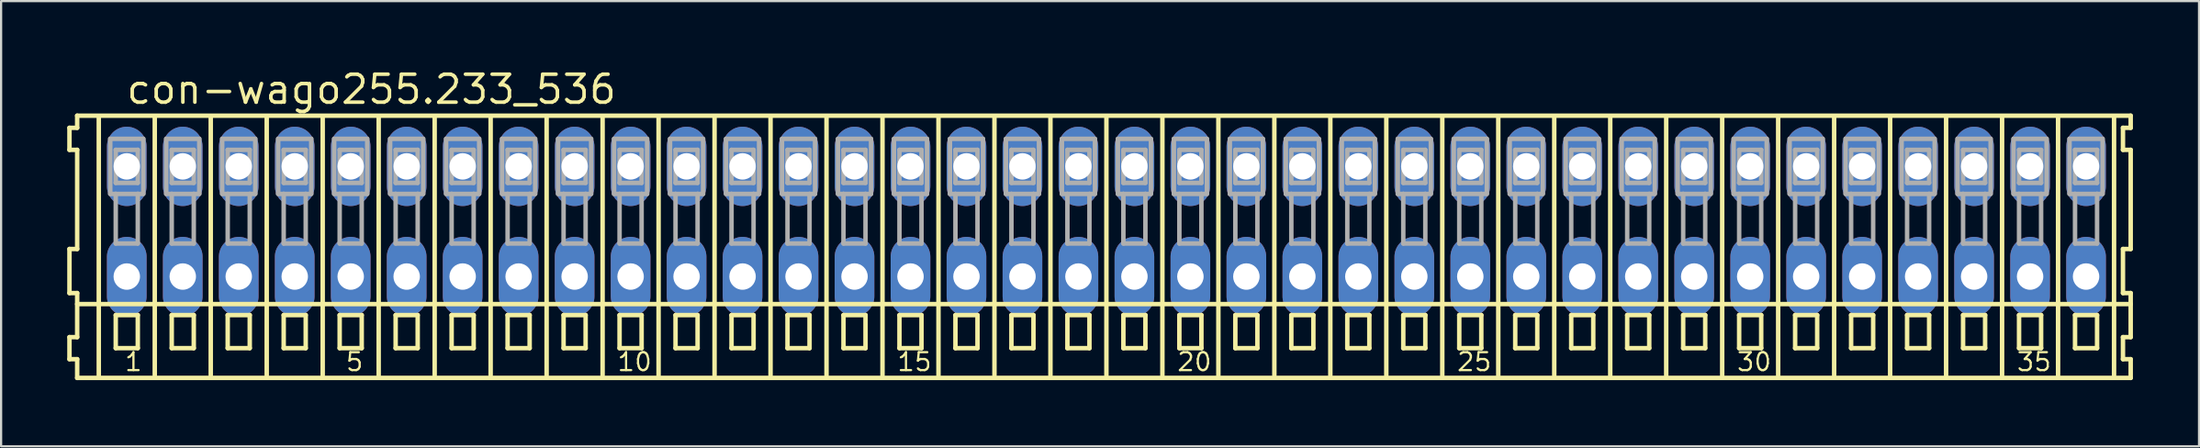
<source format=kicad_pcb>
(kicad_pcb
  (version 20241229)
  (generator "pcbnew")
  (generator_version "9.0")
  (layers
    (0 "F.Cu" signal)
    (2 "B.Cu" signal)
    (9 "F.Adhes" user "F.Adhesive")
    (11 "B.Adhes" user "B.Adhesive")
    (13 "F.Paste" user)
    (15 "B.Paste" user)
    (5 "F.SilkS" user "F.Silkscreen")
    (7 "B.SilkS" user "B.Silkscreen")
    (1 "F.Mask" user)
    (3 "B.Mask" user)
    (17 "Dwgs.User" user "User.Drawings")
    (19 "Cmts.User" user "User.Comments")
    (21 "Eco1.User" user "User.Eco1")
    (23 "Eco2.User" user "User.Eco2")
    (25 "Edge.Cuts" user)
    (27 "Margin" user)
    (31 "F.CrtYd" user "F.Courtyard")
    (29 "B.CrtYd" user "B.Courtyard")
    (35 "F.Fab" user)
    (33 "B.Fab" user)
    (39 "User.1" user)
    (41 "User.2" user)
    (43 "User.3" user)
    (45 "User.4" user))
  (footprint "con-wago255.233_536"
    (layer "F.Cu")
    (at 47.152 7)
    (property "Reference" "con-wago255.233_536" (at -44.55 -5.25 0) (layer "F.SilkS") (effects (font (size 1.27 1.27) (thickness 0.16)) (justify left bottom)))
    (attr through_hole)
    (fp_line (start -47.05 -4.25) (end -47.05 -3.25) (stroke (width 0.203) (type default)) (layer "F.SilkS"))
    (fp_line (start -47.05 -3.25) (end -46.7 -3.25) (stroke (width 0.203) (type default)) (layer "F.SilkS"))
    (fp_line (start -47.05 1.25) (end -47.05 3.25) (stroke (width 0.203) (type default)) (layer "F.SilkS"))
    (fp_line (start -47.05 3.25) (end -46.7 3.25) (stroke (width 0.203) (type default)) (layer "F.SilkS"))
    (fp_line (start -47.05 5.25) (end -47.05 6.25) (stroke (width 0.203) (type default)) (layer "F.SilkS"))
    (fp_line (start -47.05 6.25) (end -46.7 6.25) (stroke (width 0.203) (type default)) (layer "F.SilkS"))
    (fp_line (start -46.7 -4.8) (end -46.7 -4.25) (stroke (width 0.203) (type default)) (layer "F.SilkS"))
    (fp_line (start -46.7 -4.25) (end -47.05 -4.25) (stroke (width 0.203) (type default)) (layer "F.SilkS"))
    (fp_line (start -46.7 -3.25) (end -46.7 1.25) (stroke (width 0.203) (type default)) (layer "F.SilkS"))
    (fp_line (start -46.7 1.25) (end -47.05 1.25) (stroke (width 0.203) (type default)) (layer "F.SilkS"))
    (fp_line (start -46.7 3.25) (end -46.7 5.25) (stroke (width 0.203) (type default)) (layer "F.SilkS"))
    (fp_line (start -46.7 3.75) (end 46.475 3.75) (stroke (width 0.203) (type default)) (layer "F.SilkS"))
    (fp_line (start -46.7 5.25) (end -47.05 5.25) (stroke (width 0.203) (type default)) (layer "F.SilkS"))
    (fp_line (start -46.7 6.25) (end -46.7 7.1) (stroke (width 0.203) (type default)) (layer "F.SilkS"))
    (fp_line (start -46.7 7.1) (end 46.475 7.1) (stroke (width 0.203) (type default)) (layer "F.SilkS"))
    (fp_line (start -45.72 6.985) (end -45.72 -4.699) (stroke (width 0.203) (type default)) (layer "F.SilkS"))
    (fp_line (start -44.95 4.25) (end -44.95 5.75) (stroke (width 0.203) (type default)) (layer "F.SilkS"))
    (fp_line (start -44.95 5.75) (end -43.95 5.75) (stroke (width 0.203) (type default)) (layer "F.SilkS"))
    (fp_line (start -43.95 4.25) (end -44.95 4.25) (stroke (width 0.203) (type default)) (layer "F.SilkS"))
    (fp_line (start -43.95 5.75) (end -43.95 4.25) (stroke (width 0.203) (type default)) (layer "F.SilkS"))
    (fp_line (start -43.18 6.985) (end -43.18 -4.699) (stroke (width 0.203) (type default)) (layer "F.SilkS"))
    (fp_line (start -42.41 4.25) (end -42.41 5.75) (stroke (width 0.203) (type default)) (layer "F.SilkS"))
    (fp_line (start -42.41 5.75) (end -41.41 5.75) (stroke (width 0.203) (type default)) (layer "F.SilkS"))
    (fp_line (start -41.41 4.25) (end -42.41 4.25) (stroke (width 0.203) (type default)) (layer "F.SilkS"))
    (fp_line (start -41.41 5.75) (end -41.41 4.25) (stroke (width 0.203) (type default)) (layer "F.SilkS"))
    (fp_line (start -40.64 6.985) (end -40.64 -4.699) (stroke (width 0.203) (type default)) (layer "F.SilkS"))
    (fp_line (start -39.87 4.25) (end -39.87 5.75) (stroke (width 0.203) (type default)) (layer "F.SilkS"))
    (fp_line (start -39.87 5.75) (end -38.87 5.75) (stroke (width 0.203) (type default)) (layer "F.SilkS"))
    (fp_line (start -38.87 4.25) (end -39.87 4.25) (stroke (width 0.203) (type default)) (layer "F.SilkS"))
    (fp_line (start -38.87 5.75) (end -38.87 4.25) (stroke (width 0.203) (type default)) (layer "F.SilkS"))
    (fp_line (start -38.1 6.985) (end -38.1 -4.699) (stroke (width 0.203) (type default)) (layer "F.SilkS"))
    (fp_line (start -37.33 4.25) (end -37.33 5.75) (stroke (width 0.203) (type default)) (layer "F.SilkS"))
    (fp_line (start -37.33 5.75) (end -36.33 5.75) (stroke (width 0.203) (type default)) (layer "F.SilkS"))
    (fp_line (start -36.33 4.25) (end -37.33 4.25) (stroke (width 0.203) (type default)) (layer "F.SilkS"))
    (fp_line (start -36.33 5.75) (end -36.33 4.25) (stroke (width 0.203) (type default)) (layer "F.SilkS"))
    (fp_line (start -35.56 6.985) (end -35.56 -4.699) (stroke (width 0.203) (type default)) (layer "F.SilkS"))
    (fp_line (start -34.79 4.25) (end -34.79 5.75) (stroke (width 0.203) (type default)) (layer "F.SilkS"))
    (fp_line (start -34.79 5.75) (end -33.79 5.75) (stroke (width 0.203) (type default)) (layer "F.SilkS"))
    (fp_line (start -33.79 4.25) (end -34.79 4.25) (stroke (width 0.203) (type default)) (layer "F.SilkS"))
    (fp_line (start -33.79 5.75) (end -33.79 4.25) (stroke (width 0.203) (type default)) (layer "F.SilkS"))
    (fp_line (start -33.02 6.985) (end -33.02 -4.699) (stroke (width 0.203) (type default)) (layer "F.SilkS"))
    (fp_line (start -32.25 4.25) (end -32.25 5.75) (stroke (width 0.203) (type default)) (layer "F.SilkS"))
    (fp_line (start -32.25 5.75) (end -31.25 5.75) (stroke (width 0.203) (type default)) (layer "F.SilkS"))
    (fp_line (start -31.25 4.25) (end -32.25 4.25) (stroke (width 0.203) (type default)) (layer "F.SilkS"))
    (fp_line (start -31.25 5.75) (end -31.25 4.25) (stroke (width 0.203) (type default)) (layer "F.SilkS"))
    (fp_line (start -30.48 6.985) (end -30.48 -4.699) (stroke (width 0.203) (type default)) (layer "F.SilkS"))
    (fp_line (start -29.71 4.25) (end -29.71 5.75) (stroke (width 0.203) (type default)) (layer "F.SilkS"))
    (fp_line (start -29.71 5.75) (end -28.71 5.75) (stroke (width 0.203) (type default)) (layer "F.SilkS"))
    (fp_line (start -28.71 4.25) (end -29.71 4.25) (stroke (width 0.203) (type default)) (layer "F.SilkS"))
    (fp_line (start -28.71 5.75) (end -28.71 4.25) (stroke (width 0.203) (type default)) (layer "F.SilkS"))
    (fp_line (start -27.94 6.985) (end -27.94 -4.699) (stroke (width 0.203) (type default)) (layer "F.SilkS"))
    (fp_line (start -27.17 4.25) (end -27.17 5.75) (stroke (width 0.203) (type default)) (layer "F.SilkS"))
    (fp_line (start -27.17 5.75) (end -26.17 5.75) (stroke (width 0.203) (type default)) (layer "F.SilkS"))
    (fp_line (start -26.17 4.25) (end -27.17 4.25) (stroke (width 0.203) (type default)) (layer "F.SilkS"))
    (fp_line (start -26.17 5.75) (end -26.17 4.25) (stroke (width 0.203) (type default)) (layer "F.SilkS"))
    (fp_line (start -25.4 6.985) (end -25.4 -4.699) (stroke (width 0.203) (type default)) (layer "F.SilkS"))
    (fp_line (start -24.63 4.25) (end -24.63 5.75) (stroke (width 0.203) (type default)) (layer "F.SilkS"))
    (fp_line (start -24.63 5.75) (end -23.63 5.75) (stroke (width 0.203) (type default)) (layer "F.SilkS"))
    (fp_line (start -23.63 4.25) (end -24.63 4.25) (stroke (width 0.203) (type default)) (layer "F.SilkS"))
    (fp_line (start -23.63 5.75) (end -23.63 4.25) (stroke (width 0.203) (type default)) (layer "F.SilkS"))
    (fp_line (start -22.86 6.985) (end -22.86 -4.699) (stroke (width 0.203) (type default)) (layer "F.SilkS"))
    (fp_line (start -22.09 4.25) (end -22.09 5.75) (stroke (width 0.203) (type default)) (layer "F.SilkS"))
    (fp_line (start -22.09 5.75) (end -21.09 5.75) (stroke (width 0.203) (type default)) (layer "F.SilkS"))
    (fp_line (start -21.09 4.25) (end -22.09 4.25) (stroke (width 0.203) (type default)) (layer "F.SilkS"))
    (fp_line (start -21.09 5.75) (end -21.09 4.25) (stroke (width 0.203) (type default)) (layer "F.SilkS"))
    (fp_line (start -20.32 6.985) (end -20.32 -4.699) (stroke (width 0.203) (type default)) (layer "F.SilkS"))
    (fp_line (start -19.55 4.25) (end -19.55 5.75) (stroke (width 0.203) (type default)) (layer "F.SilkS"))
    (fp_line (start -19.55 5.75) (end -18.55 5.75) (stroke (width 0.203) (type default)) (layer "F.SilkS"))
    (fp_line (start -18.55 4.25) (end -19.55 4.25) (stroke (width 0.203) (type default)) (layer "F.SilkS"))
    (fp_line (start -18.55 5.75) (end -18.55 4.25) (stroke (width 0.203) (type default)) (layer "F.SilkS"))
    (fp_line (start -17.78 6.985) (end -17.78 -4.699) (stroke (width 0.203) (type default)) (layer "F.SilkS"))
    (fp_line (start -17.01 4.25) (end -17.01 5.75) (stroke (width 0.203) (type default)) (layer "F.SilkS"))
    (fp_line (start -17.01 5.75) (end -16.01 5.75) (stroke (width 0.203) (type default)) (layer "F.SilkS"))
    (fp_line (start -16.01 4.25) (end -17.01 4.25) (stroke (width 0.203) (type default)) (layer "F.SilkS"))
    (fp_line (start -16.01 5.75) (end -16.01 4.25) (stroke (width 0.203) (type default)) (layer "F.SilkS"))
    (fp_line (start -15.24 6.985) (end -15.24 -4.699) (stroke (width 0.203) (type default)) (layer "F.SilkS"))
    (fp_line (start -14.47 4.25) (end -14.47 5.75) (stroke (width 0.203) (type default)) (layer "F.SilkS"))
    (fp_line (start -14.47 5.75) (end -13.47 5.75) (stroke (width 0.203) (type default)) (layer "F.SilkS"))
    (fp_line (start -13.47 4.25) (end -14.47 4.25) (stroke (width 0.203) (type default)) (layer "F.SilkS"))
    (fp_line (start -13.47 5.75) (end -13.47 4.25) (stroke (width 0.203) (type default)) (layer "F.SilkS"))
    (fp_line (start -12.7 6.985) (end -12.7 -4.699) (stroke (width 0.203) (type default)) (layer "F.SilkS"))
    (fp_line (start -11.93 4.25) (end -11.93 5.75) (stroke (width 0.203) (type default)) (layer "F.SilkS"))
    (fp_line (start -11.93 5.75) (end -10.93 5.75) (stroke (width 0.203) (type default)) (layer "F.SilkS"))
    (fp_line (start -10.93 4.25) (end -11.93 4.25) (stroke (width 0.203) (type default)) (layer "F.SilkS"))
    (fp_line (start -10.93 5.75) (end -10.93 4.25) (stroke (width 0.203) (type default)) (layer "F.SilkS"))
    (fp_line (start -10.16 6.985) (end -10.16 -4.699) (stroke (width 0.203) (type default)) (layer "F.SilkS"))
    (fp_line (start -9.39 4.25) (end -9.39 5.75) (stroke (width 0.203) (type default)) (layer "F.SilkS"))
    (fp_line (start -9.39 5.75) (end -8.39 5.75) (stroke (width 0.203) (type default)) (layer "F.SilkS"))
    (fp_line (start -8.39 4.25) (end -9.39 4.25) (stroke (width 0.203) (type default)) (layer "F.SilkS"))
    (fp_line (start -8.39 5.75) (end -8.39 4.25) (stroke (width 0.203) (type default)) (layer "F.SilkS"))
    (fp_line (start -7.62 6.985) (end -7.62 -4.699) (stroke (width 0.203) (type default)) (layer "F.SilkS"))
    (fp_line (start -6.85 4.25) (end -6.85 5.75) (stroke (width 0.203) (type default)) (layer "F.SilkS"))
    (fp_line (start -6.85 5.75) (end -5.85 5.75) (stroke (width 0.203) (type default)) (layer "F.SilkS"))
    (fp_line (start -5.85 4.25) (end -6.85 4.25) (stroke (width 0.203) (type default)) (layer "F.SilkS"))
    (fp_line (start -5.85 5.75) (end -5.85 4.25) (stroke (width 0.203) (type default)) (layer "F.SilkS"))
    (fp_line (start -5.08 6.985) (end -5.08 -4.699) (stroke (width 0.203) (type default)) (layer "F.SilkS"))
    (fp_line (start -4.31 4.25) (end -4.31 5.75) (stroke (width 0.203) (type default)) (layer "F.SilkS"))
    (fp_line (start -4.31 5.75) (end -3.31 5.75) (stroke (width 0.203) (type default)) (layer "F.SilkS"))
    (fp_line (start -3.31 4.25) (end -4.31 4.25) (stroke (width 0.203) (type default)) (layer "F.SilkS"))
    (fp_line (start -3.31 5.75) (end -3.31 4.25) (stroke (width 0.203) (type default)) (layer "F.SilkS"))
    (fp_line (start -2.54 6.985) (end -2.54 -4.699) (stroke (width 0.203) (type default)) (layer "F.SilkS"))
    (fp_line (start -1.77 4.25) (end -1.77 5.75) (stroke (width 0.203) (type default)) (layer "F.SilkS"))
    (fp_line (start -1.77 5.75) (end -0.77 5.75) (stroke (width 0.203) (type default)) (layer "F.SilkS"))
    (fp_line (start -0.77 4.25) (end -1.77 4.25) (stroke (width 0.203) (type default)) (layer "F.SilkS"))
    (fp_line (start -0.77 5.75) (end -0.77 4.25) (stroke (width 0.203) (type default)) (layer "F.SilkS"))
    (fp_line (start 0 6.985) (end 0 -4.699) (stroke (width 0.203) (type default)) (layer "F.SilkS"))
    (fp_line (start 0.77 4.25) (end 0.77 5.75) (stroke (width 0.203) (type default)) (layer "F.SilkS"))
    (fp_line (start 0.77 5.75) (end 1.77 5.75) (stroke (width 0.203) (type default)) (layer "F.SilkS"))
    (fp_line (start 1.77 4.25) (end 0.77 4.25) (stroke (width 0.203) (type default)) (layer "F.SilkS"))
    (fp_line (start 1.77 5.75) (end 1.77 4.25) (stroke (width 0.203) (type default)) (layer "F.SilkS"))
    (fp_line (start 2.54 6.985) (end 2.54 -4.699) (stroke (width 0.203) (type default)) (layer "F.SilkS"))
    (fp_line (start 3.31 4.25) (end 3.31 5.75) (stroke (width 0.203) (type default)) (layer "F.SilkS"))
    (fp_line (start 3.31 5.75) (end 4.31 5.75) (stroke (width 0.203) (type default)) (layer "F.SilkS"))
    (fp_line (start 4.31 4.25) (end 3.31 4.25) (stroke (width 0.203) (type default)) (layer "F.SilkS"))
    (fp_line (start 4.31 5.75) (end 4.31 4.25) (stroke (width 0.203) (type default)) (layer "F.SilkS"))
    (fp_line (start 5.08 6.985) (end 5.08 -4.699) (stroke (width 0.203) (type default)) (layer "F.SilkS"))
    (fp_line (start 5.85 4.25) (end 5.85 5.75) (stroke (width 0.203) (type default)) (layer "F.SilkS"))
    (fp_line (start 5.85 5.75) (end 6.85 5.75) (stroke (width 0.203) (type default)) (layer "F.SilkS"))
    (fp_line (start 6.85 4.25) (end 5.85 4.25) (stroke (width 0.203) (type default)) (layer "F.SilkS"))
    (fp_line (start 6.85 5.75) (end 6.85 4.25) (stroke (width 0.203) (type default)) (layer "F.SilkS"))
    (fp_line (start 7.62 6.985) (end 7.62 -4.699) (stroke (width 0.203) (type default)) (layer "F.SilkS"))
    (fp_line (start 8.39 4.25) (end 8.39 5.75) (stroke (width 0.203) (type default)) (layer "F.SilkS"))
    (fp_line (start 8.39 5.75) (end 9.39 5.75) (stroke (width 0.203) (type default)) (layer "F.SilkS"))
    (fp_line (start 9.39 4.25) (end 8.39 4.25) (stroke (width 0.203) (type default)) (layer "F.SilkS"))
    (fp_line (start 9.39 5.75) (end 9.39 4.25) (stroke (width 0.203) (type default)) (layer "F.SilkS"))
    (fp_line (start 10.16 6.985) (end 10.16 -4.699) (stroke (width 0.203) (type default)) (layer "F.SilkS"))
    (fp_line (start 10.93 4.25) (end 10.93 5.75) (stroke (width 0.203) (type default)) (layer "F.SilkS"))
    (fp_line (start 10.93 5.75) (end 11.93 5.75) (stroke (width 0.203) (type default)) (layer "F.SilkS"))
    (fp_line (start 11.93 4.25) (end 10.93 4.25) (stroke (width 0.203) (type default)) (layer "F.SilkS"))
    (fp_line (start 11.93 5.75) (end 11.93 4.25) (stroke (width 0.203) (type default)) (layer "F.SilkS"))
    (fp_line (start 12.7 6.985) (end 12.7 -4.699) (stroke (width 0.203) (type default)) (layer "F.SilkS"))
    (fp_line (start 13.47 4.25) (end 13.47 5.75) (stroke (width 0.203) (type default)) (layer "F.SilkS"))
    (fp_line (start 13.47 5.75) (end 14.47 5.75) (stroke (width 0.203) (type default)) (layer "F.SilkS"))
    (fp_line (start 14.47 4.25) (end 13.47 4.25) (stroke (width 0.203) (type default)) (layer "F.SilkS"))
    (fp_line (start 14.47 5.75) (end 14.47 4.25) (stroke (width 0.203) (type default)) (layer "F.SilkS"))
    (fp_line (start 15.24 6.985) (end 15.24 -4.699) (stroke (width 0.203) (type default)) (layer "F.SilkS"))
    (fp_line (start 16.01 4.25) (end 16.01 5.75) (stroke (width 0.203) (type default)) (layer "F.SilkS"))
    (fp_line (start 16.01 5.75) (end 17.01 5.75) (stroke (width 0.203) (type default)) (layer "F.SilkS"))
    (fp_line (start 17.01 4.25) (end 16.01 4.25) (stroke (width 0.203) (type default)) (layer "F.SilkS"))
    (fp_line (start 17.01 5.75) (end 17.01 4.25) (stroke (width 0.203) (type default)) (layer "F.SilkS"))
    (fp_line (start 17.78 6.985) (end 17.78 -4.699) (stroke (width 0.203) (type default)) (layer "F.SilkS"))
    (fp_line (start 18.55 4.25) (end 18.55 5.75) (stroke (width 0.203) (type default)) (layer "F.SilkS"))
    (fp_line (start 18.55 5.75) (end 19.55 5.75) (stroke (width 0.203) (type default)) (layer "F.SilkS"))
    (fp_line (start 19.55 4.25) (end 18.55 4.25) (stroke (width 0.203) (type default)) (layer "F.SilkS"))
    (fp_line (start 19.55 5.75) (end 19.55 4.25) (stroke (width 0.203) (type default)) (layer "F.SilkS"))
    (fp_line (start 20.32 6.985) (end 20.32 -4.699) (stroke (width 0.203) (type default)) (layer "F.SilkS"))
    (fp_line (start 21.09 4.25) (end 21.09 5.75) (stroke (width 0.203) (type default)) (layer "F.SilkS"))
    (fp_line (start 21.09 5.75) (end 22.09 5.75) (stroke (width 0.203) (type default)) (layer "F.SilkS"))
    (fp_line (start 22.09 4.25) (end 21.09 4.25) (stroke (width 0.203) (type default)) (layer "F.SilkS"))
    (fp_line (start 22.09 5.75) (end 22.09 4.25) (stroke (width 0.203) (type default)) (layer "F.SilkS"))
    (fp_line (start 22.86 6.985) (end 22.86 -4.699) (stroke (width 0.203) (type default)) (layer "F.SilkS"))
    (fp_line (start 23.63 4.25) (end 23.63 5.75) (stroke (width 0.203) (type default)) (layer "F.SilkS"))
    (fp_line (start 23.63 5.75) (end 24.63 5.75) (stroke (width 0.203) (type default)) (layer "F.SilkS"))
    (fp_line (start 24.63 4.25) (end 23.63 4.25) (stroke (width 0.203) (type default)) (layer "F.SilkS"))
    (fp_line (start 24.63 5.75) (end 24.63 4.25) (stroke (width 0.203) (type default)) (layer "F.SilkS"))
    (fp_line (start 25.4 6.985) (end 25.4 -4.699) (stroke (width 0.203) (type default)) (layer "F.SilkS"))
    (fp_line (start 26.17 4.25) (end 26.17 5.75) (stroke (width 0.203) (type default)) (layer "F.SilkS"))
    (fp_line (start 26.17 5.75) (end 27.17 5.75) (stroke (width 0.203) (type default)) (layer "F.SilkS"))
    (fp_line (start 27.17 4.25) (end 26.17 4.25) (stroke (width 0.203) (type default)) (layer "F.SilkS"))
    (fp_line (start 27.17 5.75) (end 27.17 4.25) (stroke (width 0.203) (type default)) (layer "F.SilkS"))
    (fp_line (start 27.94 6.985) (end 27.94 -4.699) (stroke (width 0.203) (type default)) (layer "F.SilkS"))
    (fp_line (start 28.71 4.25) (end 28.71 5.75) (stroke (width 0.203) (type default)) (layer "F.SilkS"))
    (fp_line (start 28.71 5.75) (end 29.71 5.75) (stroke (width 0.203) (type default)) (layer "F.SilkS"))
    (fp_line (start 29.71 4.25) (end 28.71 4.25) (stroke (width 0.203) (type default)) (layer "F.SilkS"))
    (fp_line (start 29.71 5.75) (end 29.71 4.25) (stroke (width 0.203) (type default)) (layer "F.SilkS"))
    (fp_line (start 30.48 6.985) (end 30.48 -4.699) (stroke (width 0.203) (type default)) (layer "F.SilkS"))
    (fp_line (start 31.25 4.25) (end 31.25 5.75) (stroke (width 0.203) (type default)) (layer "F.SilkS"))
    (fp_line (start 31.25 5.75) (end 32.25 5.75) (stroke (width 0.203) (type default)) (layer "F.SilkS"))
    (fp_line (start 32.25 4.25) (end 31.25 4.25) (stroke (width 0.203) (type default)) (layer "F.SilkS"))
    (fp_line (start 32.25 5.75) (end 32.25 4.25) (stroke (width 0.203) (type default)) (layer "F.SilkS"))
    (fp_line (start 33.02 6.985) (end 33.02 -4.699) (stroke (width 0.203) (type default)) (layer "F.SilkS"))
    (fp_line (start 33.79 4.25) (end 33.79 5.75) (stroke (width 0.203) (type default)) (layer "F.SilkS"))
    (fp_line (start 33.79 5.75) (end 34.79 5.75) (stroke (width 0.203) (type default)) (layer "F.SilkS"))
    (fp_line (start 34.79 4.25) (end 33.79 4.25) (stroke (width 0.203) (type default)) (layer "F.SilkS"))
    (fp_line (start 34.79 5.75) (end 34.79 4.25) (stroke (width 0.203) (type default)) (layer "F.SilkS"))
    (fp_line (start 35.56 6.985) (end 35.56 -4.699) (stroke (width 0.203) (type default)) (layer "F.SilkS"))
    (fp_line (start 36.33 4.25) (end 36.33 5.75) (stroke (width 0.203) (type default)) (layer "F.SilkS"))
    (fp_line (start 36.33 5.75) (end 37.33 5.75) (stroke (width 0.203) (type default)) (layer "F.SilkS"))
    (fp_line (start 37.33 4.25) (end 36.33 4.25) (stroke (width 0.203) (type default)) (layer "F.SilkS"))
    (fp_line (start 37.33 5.75) (end 37.33 4.25) (stroke (width 0.203) (type default)) (layer "F.SilkS"))
    (fp_line (start 38.1 6.985) (end 38.1 -4.699) (stroke (width 0.203) (type default)) (layer "F.SilkS"))
    (fp_line (start 38.87 4.25) (end 38.87 5.75) (stroke (width 0.203) (type default)) (layer "F.SilkS"))
    (fp_line (start 38.87 5.75) (end 39.87 5.75) (stroke (width 0.203) (type default)) (layer "F.SilkS"))
    (fp_line (start 39.87 4.25) (end 38.87 4.25) (stroke (width 0.203) (type default)) (layer "F.SilkS"))
    (fp_line (start 39.87 5.75) (end 39.87 4.25) (stroke (width 0.203) (type default)) (layer "F.SilkS"))
    (fp_line (start 40.64 6.985) (end 40.64 -4.699) (stroke (width 0.203) (type default)) (layer "F.SilkS"))
    (fp_line (start 41.41 4.25) (end 41.41 5.75) (stroke (width 0.203) (type default)) (layer "F.SilkS"))
    (fp_line (start 41.41 5.75) (end 42.41 5.75) (stroke (width 0.203) (type default)) (layer "F.SilkS"))
    (fp_line (start 42.41 4.25) (end 41.41 4.25) (stroke (width 0.203) (type default)) (layer "F.SilkS"))
    (fp_line (start 42.41 5.75) (end 42.41 4.25) (stroke (width 0.203) (type default)) (layer "F.SilkS"))
    (fp_line (start 43.18 6.985) (end 43.18 -4.699) (stroke (width 0.203) (type default)) (layer "F.SilkS"))
    (fp_line (start 43.95 4.25) (end 43.95 5.75) (stroke (width 0.203) (type default)) (layer "F.SilkS"))
    (fp_line (start 43.95 5.75) (end 44.95 5.75) (stroke (width 0.203) (type default)) (layer "F.SilkS"))
    (fp_line (start 44.95 4.25) (end 43.95 4.25) (stroke (width 0.203) (type default)) (layer "F.SilkS"))
    (fp_line (start 44.95 5.75) (end 44.95 4.25) (stroke (width 0.203) (type default)) (layer "F.SilkS"))
    (fp_line (start 45.72 6.985) (end 45.72 -4.699) (stroke (width 0.203) (type default)) (layer "F.SilkS"))
    (fp_line (start 46.125 -4.25) (end 46.125 -3.25) (stroke (width 0.203) (type default)) (layer "F.SilkS"))
    (fp_line (start 46.125 -3.25) (end 46.475 -3.25) (stroke (width 0.203) (type default)) (layer "F.SilkS"))
    (fp_line (start 46.125 1.25) (end 46.125 3.25) (stroke (width 0.203) (type default)) (layer "F.SilkS"))
    (fp_line (start 46.125 3.25) (end 46.475 3.25) (stroke (width 0.203) (type default)) (layer "F.SilkS"))
    (fp_line (start 46.125 5.25) (end 46.125 6.25) (stroke (width 0.203) (type default)) (layer "F.SilkS"))
    (fp_line (start 46.125 6.25) (end 46.475 6.25) (stroke (width 0.203) (type default)) (layer "F.SilkS"))
    (fp_line (start 46.475 -4.8) (end -46.7 -4.8) (stroke (width 0.203) (type default)) (layer "F.SilkS"))
    (fp_line (start 46.475 -4.25) (end 46.125 -4.25) (stroke (width 0.203) (type default)) (layer "F.SilkS"))
    (fp_line (start 46.475 -4.25) (end 46.475 -4.8) (stroke (width 0.203) (type default)) (layer "F.SilkS"))
    (fp_line (start 46.475 1.25) (end 46.125 1.25) (stroke (width 0.203) (type default)) (layer "F.SilkS"))
    (fp_line (start 46.475 1.25) (end 46.475 -3.25) (stroke (width 0.203) (type default)) (layer "F.SilkS"))
    (fp_line (start 46.475 3.75) (end 46.475 3.25) (stroke (width 0.203) (type default)) (layer "F.SilkS"))
    (fp_line (start 46.475 5.25) (end 46.125 5.25) (stroke (width 0.203) (type default)) (layer "F.SilkS"))
    (fp_line (start 46.475 5.25) (end 46.475 3.75) (stroke (width 0.203) (type default)) (layer "F.SilkS"))
    (fp_line (start 46.475 7.1) (end 46.475 6.25) (stroke (width 0.203) (type default)) (layer "F.SilkS"))
    (fp_line (start -45.2 -3.75) (end -45.2 -1.25) (stroke (width 0.203) (type default)) (layer "F.Fab"))
    (fp_line (start -45.2 -1.25) (end -44.95 -1.25) (stroke (width 0.203) (type default)) (layer "F.Fab"))
    (fp_line (start -44.95 -3.25) (end -44.95 -1.75) (stroke (width 0.203) (type default)) (layer "F.Fab"))
    (fp_line (start -44.95 -1.75) (end -43.95 -1.75) (stroke (width 0.203) (type default)) (layer "F.Fab"))
    (fp_line (start -44.95 -1.25) (end -44.95 1) (stroke (width 0.203) (type default)) (layer "F.Fab"))
    (fp_line (start -44.95 -1.25) (end -43.95 -1.25) (stroke (width 0.203) (type default)) (layer "F.Fab"))
    (fp_line (start -44.95 1) (end -43.95 1) (stroke (width 0.203) (type default)) (layer "F.Fab"))
    (fp_line (start -43.95 -3.25) (end -44.95 -3.25) (stroke (width 0.203) (type default)) (layer "F.Fab"))
    (fp_line (start -43.95 -1.75) (end -43.95 -3.25) (stroke (width 0.203) (type default)) (layer "F.Fab"))
    (fp_line (start -43.95 -1.25) (end -43.7 -1.25) (stroke (width 0.203) (type default)) (layer "F.Fab"))
    (fp_line (start -43.95 1) (end -43.95 -1.25) (stroke (width 0.203) (type default)) (layer "F.Fab"))
    (fp_line (start -43.7 -3.75) (end -45.2 -3.75) (stroke (width 0.203) (type default)) (layer "F.Fab"))
    (fp_line (start -43.7 -1.25) (end -43.7 -3.75) (stroke (width 0.203) (type default)) (layer "F.Fab"))
    (fp_line (start -42.66 -3.75) (end -42.66 -1.25) (stroke (width 0.203) (type default)) (layer "F.Fab"))
    (fp_line (start -42.66 -1.25) (end -42.41 -1.25) (stroke (width 0.203) (type default)) (layer "F.Fab"))
    (fp_line (start -42.41 -3.25) (end -42.41 -1.75) (stroke (width 0.203) (type default)) (layer "F.Fab"))
    (fp_line (start -42.41 -1.75) (end -41.41 -1.75) (stroke (width 0.203) (type default)) (layer "F.Fab"))
    (fp_line (start -42.41 -1.25) (end -42.41 1) (stroke (width 0.203) (type default)) (layer "F.Fab"))
    (fp_line (start -42.41 -1.25) (end -41.41 -1.25) (stroke (width 0.203) (type default)) (layer "F.Fab"))
    (fp_line (start -42.41 1) (end -41.41 1) (stroke (width 0.203) (type default)) (layer "F.Fab"))
    (fp_line (start -41.41 -3.25) (end -42.41 -3.25) (stroke (width 0.203) (type default)) (layer "F.Fab"))
    (fp_line (start -41.41 -1.75) (end -41.41 -3.25) (stroke (width 0.203) (type default)) (layer "F.Fab"))
    (fp_line (start -41.41 -1.25) (end -41.16 -1.25) (stroke (width 0.203) (type default)) (layer "F.Fab"))
    (fp_line (start -41.41 1) (end -41.41 -1.25) (stroke (width 0.203) (type default)) (layer "F.Fab"))
    (fp_line (start -41.16 -3.75) (end -42.66 -3.75) (stroke (width 0.203) (type default)) (layer "F.Fab"))
    (fp_line (start -41.16 -1.25) (end -41.16 -3.75) (stroke (width 0.203) (type default)) (layer "F.Fab"))
    (fp_line (start -40.12 -3.75) (end -40.12 -1.25) (stroke (width 0.203) (type default)) (layer "F.Fab"))
    (fp_line (start -40.12 -1.25) (end -39.87 -1.25) (stroke (width 0.203) (type default)) (layer "F.Fab"))
    (fp_line (start -39.87 -3.25) (end -39.87 -1.75) (stroke (width 0.203) (type default)) (layer "F.Fab"))
    (fp_line (start -39.87 -1.75) (end -38.87 -1.75) (stroke (width 0.203) (type default)) (layer "F.Fab"))
    (fp_line (start -39.87 -1.25) (end -39.87 1) (stroke (width 0.203) (type default)) (layer "F.Fab"))
    (fp_line (start -39.87 -1.25) (end -38.87 -1.25) (stroke (width 0.203) (type default)) (layer "F.Fab"))
    (fp_line (start -39.87 1) (end -38.87 1) (stroke (width 0.203) (type default)) (layer "F.Fab"))
    (fp_line (start -38.87 -3.25) (end -39.87 -3.25) (stroke (width 0.203) (type default)) (layer "F.Fab"))
    (fp_line (start -38.87 -1.75) (end -38.87 -3.25) (stroke (width 0.203) (type default)) (layer "F.Fab"))
    (fp_line (start -38.87 -1.25) (end -38.62 -1.25) (stroke (width 0.203) (type default)) (layer "F.Fab"))
    (fp_line (start -38.87 1) (end -38.87 -1.25) (stroke (width 0.203) (type default)) (layer "F.Fab"))
    (fp_line (start -38.62 -3.75) (end -40.12 -3.75) (stroke (width 0.203) (type default)) (layer "F.Fab"))
    (fp_line (start -38.62 -1.25) (end -38.62 -3.75) (stroke (width 0.203) (type default)) (layer "F.Fab"))
    (fp_line (start -37.58 -3.75) (end -37.58 -1.25) (stroke (width 0.203) (type default)) (layer "F.Fab"))
    (fp_line (start -37.58 -1.25) (end -37.33 -1.25) (stroke (width 0.203) (type default)) (layer "F.Fab"))
    (fp_line (start -37.33 -3.25) (end -37.33 -1.75) (stroke (width 0.203) (type default)) (layer "F.Fab"))
    (fp_line (start -37.33 -1.75) (end -36.33 -1.75) (stroke (width 0.203) (type default)) (layer "F.Fab"))
    (fp_line (start -37.33 -1.25) (end -37.33 1) (stroke (width 0.203) (type default)) (layer "F.Fab"))
    (fp_line (start -37.33 -1.25) (end -36.33 -1.25) (stroke (width 0.203) (type default)) (layer "F.Fab"))
    (fp_line (start -37.33 1) (end -36.33 1) (stroke (width 0.203) (type default)) (layer "F.Fab"))
    (fp_line (start -36.33 -3.25) (end -37.33 -3.25) (stroke (width 0.203) (type default)) (layer "F.Fab"))
    (fp_line (start -36.33 -1.75) (end -36.33 -3.25) (stroke (width 0.203) (type default)) (layer "F.Fab"))
    (fp_line (start -36.33 -1.25) (end -36.08 -1.25) (stroke (width 0.203) (type default)) (layer "F.Fab"))
    (fp_line (start -36.33 1) (end -36.33 -1.25) (stroke (width 0.203) (type default)) (layer "F.Fab"))
    (fp_line (start -36.08 -3.75) (end -37.58 -3.75) (stroke (width 0.203) (type default)) (layer "F.Fab"))
    (fp_line (start -36.08 -1.25) (end -36.08 -3.75) (stroke (width 0.203) (type default)) (layer "F.Fab"))
    (fp_line (start -35.04 -3.75) (end -35.04 -1.25) (stroke (width 0.203) (type default)) (layer "F.Fab"))
    (fp_line (start -35.04 -1.25) (end -34.79 -1.25) (stroke (width 0.203) (type default)) (layer "F.Fab"))
    (fp_line (start -34.79 -3.25) (end -34.79 -1.75) (stroke (width 0.203) (type default)) (layer "F.Fab"))
    (fp_line (start -34.79 -1.75) (end -33.79 -1.75) (stroke (width 0.203) (type default)) (layer "F.Fab"))
    (fp_line (start -34.79 -1.25) (end -34.79 1) (stroke (width 0.203) (type default)) (layer "F.Fab"))
    (fp_line (start -34.79 -1.25) (end -33.79 -1.25) (stroke (width 0.203) (type default)) (layer "F.Fab"))
    (fp_line (start -34.79 1) (end -33.79 1) (stroke (width 0.203) (type default)) (layer "F.Fab"))
    (fp_line (start -33.79 -3.25) (end -34.79 -3.25) (stroke (width 0.203) (type default)) (layer "F.Fab"))
    (fp_line (start -33.79 -1.75) (end -33.79 -3.25) (stroke (width 0.203) (type default)) (layer "F.Fab"))
    (fp_line (start -33.79 -1.25) (end -33.54 -1.25) (stroke (width 0.203) (type default)) (layer "F.Fab"))
    (fp_line (start -33.79 1) (end -33.79 -1.25) (stroke (width 0.203) (type default)) (layer "F.Fab"))
    (fp_line (start -33.54 -3.75) (end -35.04 -3.75) (stroke (width 0.203) (type default)) (layer "F.Fab"))
    (fp_line (start -33.54 -1.25) (end -33.54 -3.75) (stroke (width 0.203) (type default)) (layer "F.Fab"))
    (fp_line (start -32.5 -3.75) (end -32.5 -1.25) (stroke (width 0.203) (type default)) (layer "F.Fab"))
    (fp_line (start -32.5 -1.25) (end -32.25 -1.25) (stroke (width 0.203) (type default)) (layer "F.Fab"))
    (fp_line (start -32.25 -3.25) (end -32.25 -1.75) (stroke (width 0.203) (type default)) (layer "F.Fab"))
    (fp_line (start -32.25 -1.75) (end -31.25 -1.75) (stroke (width 0.203) (type default)) (layer "F.Fab"))
    (fp_line (start -32.25 -1.25) (end -32.25 1) (stroke (width 0.203) (type default)) (layer "F.Fab"))
    (fp_line (start -32.25 -1.25) (end -31.25 -1.25) (stroke (width 0.203) (type default)) (layer "F.Fab"))
    (fp_line (start -32.25 1) (end -31.25 1) (stroke (width 0.203) (type default)) (layer "F.Fab"))
    (fp_line (start -31.25 -3.25) (end -32.25 -3.25) (stroke (width 0.203) (type default)) (layer "F.Fab"))
    (fp_line (start -31.25 -1.75) (end -31.25 -3.25) (stroke (width 0.203) (type default)) (layer "F.Fab"))
    (fp_line (start -31.25 -1.25) (end -31 -1.25) (stroke (width 0.203) (type default)) (layer "F.Fab"))
    (fp_line (start -31.25 1) (end -31.25 -1.25) (stroke (width 0.203) (type default)) (layer "F.Fab"))
    (fp_line (start -31 -3.75) (end -32.5 -3.75) (stroke (width 0.203) (type default)) (layer "F.Fab"))
    (fp_line (start -31 -1.25) (end -31 -3.75) (stroke (width 0.203) (type default)) (layer "F.Fab"))
    (fp_line (start -29.96 -3.75) (end -29.96 -1.25) (stroke (width 0.203) (type default)) (layer "F.Fab"))
    (fp_line (start -29.96 -1.25) (end -29.71 -1.25) (stroke (width 0.203) (type default)) (layer "F.Fab"))
    (fp_line (start -29.71 -3.25) (end -29.71 -1.75) (stroke (width 0.203) (type default)) (layer "F.Fab"))
    (fp_line (start -29.71 -1.75) (end -28.71 -1.75) (stroke (width 0.203) (type default)) (layer "F.Fab"))
    (fp_line (start -29.71 -1.25) (end -29.71 1) (stroke (width 0.203) (type default)) (layer "F.Fab"))
    (fp_line (start -29.71 -1.25) (end -28.71 -1.25) (stroke (width 0.203) (type default)) (layer "F.Fab"))
    (fp_line (start -29.71 1) (end -28.71 1) (stroke (width 0.203) (type default)) (layer "F.Fab"))
    (fp_line (start -28.71 -3.25) (end -29.71 -3.25) (stroke (width 0.203) (type default)) (layer "F.Fab"))
    (fp_line (start -28.71 -1.75) (end -28.71 -3.25) (stroke (width 0.203) (type default)) (layer "F.Fab"))
    (fp_line (start -28.71 -1.25) (end -28.46 -1.25) (stroke (width 0.203) (type default)) (layer "F.Fab"))
    (fp_line (start -28.71 1) (end -28.71 -1.25) (stroke (width 0.203) (type default)) (layer "F.Fab"))
    (fp_line (start -28.46 -3.75) (end -29.96 -3.75) (stroke (width 0.203) (type default)) (layer "F.Fab"))
    (fp_line (start -28.46 -1.25) (end -28.46 -3.75) (stroke (width 0.203) (type default)) (layer "F.Fab"))
    (fp_line (start -27.42 -3.75) (end -27.42 -1.25) (stroke (width 0.203) (type default)) (layer "F.Fab"))
    (fp_line (start -27.42 -1.25) (end -27.17 -1.25) (stroke (width 0.203) (type default)) (layer "F.Fab"))
    (fp_line (start -27.17 -3.25) (end -27.17 -1.75) (stroke (width 0.203) (type default)) (layer "F.Fab"))
    (fp_line (start -27.17 -1.75) (end -26.17 -1.75) (stroke (width 0.203) (type default)) (layer "F.Fab"))
    (fp_line (start -27.17 -1.25) (end -27.17 1) (stroke (width 0.203) (type default)) (layer "F.Fab"))
    (fp_line (start -27.17 -1.25) (end -26.17 -1.25) (stroke (width 0.203) (type default)) (layer "F.Fab"))
    (fp_line (start -27.17 1) (end -26.17 1) (stroke (width 0.203) (type default)) (layer "F.Fab"))
    (fp_line (start -26.17 -3.25) (end -27.17 -3.25) (stroke (width 0.203) (type default)) (layer "F.Fab"))
    (fp_line (start -26.17 -1.75) (end -26.17 -3.25) (stroke (width 0.203) (type default)) (layer "F.Fab"))
    (fp_line (start -26.17 -1.25) (end -25.92 -1.25) (stroke (width 0.203) (type default)) (layer "F.Fab"))
    (fp_line (start -26.17 1) (end -26.17 -1.25) (stroke (width 0.203) (type default)) (layer "F.Fab"))
    (fp_line (start -25.92 -3.75) (end -27.42 -3.75) (stroke (width 0.203) (type default)) (layer "F.Fab"))
    (fp_line (start -25.92 -1.25) (end -25.92 -3.75) (stroke (width 0.203) (type default)) (layer "F.Fab"))
    (fp_line (start -24.88 -3.75) (end -24.88 -1.25) (stroke (width 0.203) (type default)) (layer "F.Fab"))
    (fp_line (start -24.88 -1.25) (end -24.63 -1.25) (stroke (width 0.203) (type default)) (layer "F.Fab"))
    (fp_line (start -24.63 -3.25) (end -24.63 -1.75) (stroke (width 0.203) (type default)) (layer "F.Fab"))
    (fp_line (start -24.63 -1.75) (end -23.63 -1.75) (stroke (width 0.203) (type default)) (layer "F.Fab"))
    (fp_line (start -24.63 -1.25) (end -24.63 1) (stroke (width 0.203) (type default)) (layer "F.Fab"))
    (fp_line (start -24.63 -1.25) (end -23.63 -1.25) (stroke (width 0.203) (type default)) (layer "F.Fab"))
    (fp_line (start -24.63 1) (end -23.63 1) (stroke (width 0.203) (type default)) (layer "F.Fab"))
    (fp_line (start -23.63 -3.25) (end -24.63 -3.25) (stroke (width 0.203) (type default)) (layer "F.Fab"))
    (fp_line (start -23.63 -1.75) (end -23.63 -3.25) (stroke (width 0.203) (type default)) (layer "F.Fab"))
    (fp_line (start -23.63 -1.25) (end -23.38 -1.25) (stroke (width 0.203) (type default)) (layer "F.Fab"))
    (fp_line (start -23.63 1) (end -23.63 -1.25) (stroke (width 0.203) (type default)) (layer "F.Fab"))
    (fp_line (start -23.38 -3.75) (end -24.88 -3.75) (stroke (width 0.203) (type default)) (layer "F.Fab"))
    (fp_line (start -23.38 -1.25) (end -23.38 -3.75) (stroke (width 0.203) (type default)) (layer "F.Fab"))
    (fp_line (start -22.34 -3.75) (end -22.34 -1.25) (stroke (width 0.203) (type default)) (layer "F.Fab"))
    (fp_line (start -22.34 -1.25) (end -22.09 -1.25) (stroke (width 0.203) (type default)) (layer "F.Fab"))
    (fp_line (start -22.09 -3.25) (end -22.09 -1.75) (stroke (width 0.203) (type default)) (layer "F.Fab"))
    (fp_line (start -22.09 -1.75) (end -21.09 -1.75) (stroke (width 0.203) (type default)) (layer "F.Fab"))
    (fp_line (start -22.09 -1.25) (end -22.09 1) (stroke (width 0.203) (type default)) (layer "F.Fab"))
    (fp_line (start -22.09 -1.25) (end -21.09 -1.25) (stroke (width 0.203) (type default)) (layer "F.Fab"))
    (fp_line (start -22.09 1) (end -21.09 1) (stroke (width 0.203) (type default)) (layer "F.Fab"))
    (fp_line (start -21.09 -3.25) (end -22.09 -3.25) (stroke (width 0.203) (type default)) (layer "F.Fab"))
    (fp_line (start -21.09 -1.75) (end -21.09 -3.25) (stroke (width 0.203) (type default)) (layer "F.Fab"))
    (fp_line (start -21.09 -1.25) (end -20.84 -1.25) (stroke (width 0.203) (type default)) (layer "F.Fab"))
    (fp_line (start -21.09 1) (end -21.09 -1.25) (stroke (width 0.203) (type default)) (layer "F.Fab"))
    (fp_line (start -20.84 -3.75) (end -22.34 -3.75) (stroke (width 0.203) (type default)) (layer "F.Fab"))
    (fp_line (start -20.84 -1.25) (end -20.84 -3.75) (stroke (width 0.203) (type default)) (layer "F.Fab"))
    (fp_line (start -19.8 -3.75) (end -19.8 -1.25) (stroke (width 0.203) (type default)) (layer "F.Fab"))
    (fp_line (start -19.8 -1.25) (end -19.55 -1.25) (stroke (width 0.203) (type default)) (layer "F.Fab"))
    (fp_line (start -19.55 -3.25) (end -19.55 -1.75) (stroke (width 0.203) (type default)) (layer "F.Fab"))
    (fp_line (start -19.55 -1.75) (end -18.55 -1.75) (stroke (width 0.203) (type default)) (layer "F.Fab"))
    (fp_line (start -19.55 -1.25) (end -19.55 1) (stroke (width 0.203) (type default)) (layer "F.Fab"))
    (fp_line (start -19.55 -1.25) (end -18.55 -1.25) (stroke (width 0.203) (type default)) (layer "F.Fab"))
    (fp_line (start -19.55 1) (end -18.55 1) (stroke (width 0.203) (type default)) (layer "F.Fab"))
    (fp_line (start -18.55 -3.25) (end -19.55 -3.25) (stroke (width 0.203) (type default)) (layer "F.Fab"))
    (fp_line (start -18.55 -1.75) (end -18.55 -3.25) (stroke (width 0.203) (type default)) (layer "F.Fab"))
    (fp_line (start -18.55 -1.25) (end -18.3 -1.25) (stroke (width 0.203) (type default)) (layer "F.Fab"))
    (fp_line (start -18.55 1) (end -18.55 -1.25) (stroke (width 0.203) (type default)) (layer "F.Fab"))
    (fp_line (start -18.3 -3.75) (end -19.8 -3.75) (stroke (width 0.203) (type default)) (layer "F.Fab"))
    (fp_line (start -18.3 -1.25) (end -18.3 -3.75) (stroke (width 0.203) (type default)) (layer "F.Fab"))
    (fp_line (start -17.26 -3.75) (end -17.26 -1.25) (stroke (width 0.203) (type default)) (layer "F.Fab"))
    (fp_line (start -17.26 -1.25) (end -17.01 -1.25) (stroke (width 0.203) (type default)) (layer "F.Fab"))
    (fp_line (start -17.01 -3.25) (end -17.01 -1.75) (stroke (width 0.203) (type default)) (layer "F.Fab"))
    (fp_line (start -17.01 -1.75) (end -16.01 -1.75) (stroke (width 0.203) (type default)) (layer "F.Fab"))
    (fp_line (start -17.01 -1.25) (end -17.01 1) (stroke (width 0.203) (type default)) (layer "F.Fab"))
    (fp_line (start -17.01 -1.25) (end -16.01 -1.25) (stroke (width 0.203) (type default)) (layer "F.Fab"))
    (fp_line (start -17.01 1) (end -16.01 1) (stroke (width 0.203) (type default)) (layer "F.Fab"))
    (fp_line (start -16.01 -3.25) (end -17.01 -3.25) (stroke (width 0.203) (type default)) (layer "F.Fab"))
    (fp_line (start -16.01 -1.75) (end -16.01 -3.25) (stroke (width 0.203) (type default)) (layer "F.Fab"))
    (fp_line (start -16.01 -1.25) (end -15.76 -1.25) (stroke (width 0.203) (type default)) (layer "F.Fab"))
    (fp_line (start -16.01 1) (end -16.01 -1.25) (stroke (width 0.203) (type default)) (layer "F.Fab"))
    (fp_line (start -15.76 -3.75) (end -17.26 -3.75) (stroke (width 0.203) (type default)) (layer "F.Fab"))
    (fp_line (start -15.76 -1.25) (end -15.76 -3.75) (stroke (width 0.203) (type default)) (layer "F.Fab"))
    (fp_line (start -14.72 -3.75) (end -14.72 -1.25) (stroke (width 0.203) (type default)) (layer "F.Fab"))
    (fp_line (start -14.72 -1.25) (end -14.47 -1.25) (stroke (width 0.203) (type default)) (layer "F.Fab"))
    (fp_line (start -14.47 -3.25) (end -14.47 -1.75) (stroke (width 0.203) (type default)) (layer "F.Fab"))
    (fp_line (start -14.47 -1.75) (end -13.47 -1.75) (stroke (width 0.203) (type default)) (layer "F.Fab"))
    (fp_line (start -14.47 -1.25) (end -14.47 1) (stroke (width 0.203) (type default)) (layer "F.Fab"))
    (fp_line (start -14.47 -1.25) (end -13.47 -1.25) (stroke (width 0.203) (type default)) (layer "F.Fab"))
    (fp_line (start -14.47 1) (end -13.47 1) (stroke (width 0.203) (type default)) (layer "F.Fab"))
    (fp_line (start -13.47 -3.25) (end -14.47 -3.25) (stroke (width 0.203) (type default)) (layer "F.Fab"))
    (fp_line (start -13.47 -1.75) (end -13.47 -3.25) (stroke (width 0.203) (type default)) (layer "F.Fab"))
    (fp_line (start -13.47 -1.25) (end -13.22 -1.25) (stroke (width 0.203) (type default)) (layer "F.Fab"))
    (fp_line (start -13.47 1) (end -13.47 -1.25) (stroke (width 0.203) (type default)) (layer "F.Fab"))
    (fp_line (start -13.22 -3.75) (end -14.72 -3.75) (stroke (width 0.203) (type default)) (layer "F.Fab"))
    (fp_line (start -13.22 -1.25) (end -13.22 -3.75) (stroke (width 0.203) (type default)) (layer "F.Fab"))
    (fp_line (start -12.18 -3.75) (end -12.18 -1.25) (stroke (width 0.203) (type default)) (layer "F.Fab"))
    (fp_line (start -12.18 -1.25) (end -11.93 -1.25) (stroke (width 0.203) (type default)) (layer "F.Fab"))
    (fp_line (start -11.93 -3.25) (end -11.93 -1.75) (stroke (width 0.203) (type default)) (layer "F.Fab"))
    (fp_line (start -11.93 -1.75) (end -10.93 -1.75) (stroke (width 0.203) (type default)) (layer "F.Fab"))
    (fp_line (start -11.93 -1.25) (end -11.93 1) (stroke (width 0.203) (type default)) (layer "F.Fab"))
    (fp_line (start -11.93 -1.25) (end -10.93 -1.25) (stroke (width 0.203) (type default)) (layer "F.Fab"))
    (fp_line (start -11.93 1) (end -10.93 1) (stroke (width 0.203) (type default)) (layer "F.Fab"))
    (fp_line (start -10.93 -3.25) (end -11.93 -3.25) (stroke (width 0.203) (type default)) (layer "F.Fab"))
    (fp_line (start -10.93 -1.75) (end -10.93 -3.25) (stroke (width 0.203) (type default)) (layer "F.Fab"))
    (fp_line (start -10.93 -1.25) (end -10.68 -1.25) (stroke (width 0.203) (type default)) (layer "F.Fab"))
    (fp_line (start -10.93 1) (end -10.93 -1.25) (stroke (width 0.203) (type default)) (layer "F.Fab"))
    (fp_line (start -10.68 -3.75) (end -12.18 -3.75) (stroke (width 0.203) (type default)) (layer "F.Fab"))
    (fp_line (start -10.68 -1.25) (end -10.68 -3.75) (stroke (width 0.203) (type default)) (layer "F.Fab"))
    (fp_line (start -9.64 -3.75) (end -9.64 -1.25) (stroke (width 0.203) (type default)) (layer "F.Fab"))
    (fp_line (start -9.64 -1.25) (end -9.39 -1.25) (stroke (width 0.203) (type default)) (layer "F.Fab"))
    (fp_line (start -9.39 -3.25) (end -9.39 -1.75) (stroke (width 0.203) (type default)) (layer "F.Fab"))
    (fp_line (start -9.39 -1.75) (end -8.39 -1.75) (stroke (width 0.203) (type default)) (layer "F.Fab"))
    (fp_line (start -9.39 -1.25) (end -9.39 1) (stroke (width 0.203) (type default)) (layer "F.Fab"))
    (fp_line (start -9.39 -1.25) (end -8.39 -1.25) (stroke (width 0.203) (type default)) (layer "F.Fab"))
    (fp_line (start -9.39 1) (end -8.39 1) (stroke (width 0.203) (type default)) (layer "F.Fab"))
    (fp_line (start -8.39 -3.25) (end -9.39 -3.25) (stroke (width 0.203) (type default)) (layer "F.Fab"))
    (fp_line (start -8.39 -1.75) (end -8.39 -3.25) (stroke (width 0.203) (type default)) (layer "F.Fab"))
    (fp_line (start -8.39 -1.25) (end -8.14 -1.25) (stroke (width 0.203) (type default)) (layer "F.Fab"))
    (fp_line (start -8.39 1) (end -8.39 -1.25) (stroke (width 0.203) (type default)) (layer "F.Fab"))
    (fp_line (start -8.14 -3.75) (end -9.64 -3.75) (stroke (width 0.203) (type default)) (layer "F.Fab"))
    (fp_line (start -8.14 -1.25) (end -8.14 -3.75) (stroke (width 0.203) (type default)) (layer "F.Fab"))
    (fp_line (start -7.1 -3.75) (end -7.1 -1.25) (stroke (width 0.203) (type default)) (layer "F.Fab"))
    (fp_line (start -7.1 -1.25) (end -6.85 -1.25) (stroke (width 0.203) (type default)) (layer "F.Fab"))
    (fp_line (start -6.85 -3.25) (end -6.85 -1.75) (stroke (width 0.203) (type default)) (layer "F.Fab"))
    (fp_line (start -6.85 -1.75) (end -5.85 -1.75) (stroke (width 0.203) (type default)) (layer "F.Fab"))
    (fp_line (start -6.85 -1.25) (end -6.85 1) (stroke (width 0.203) (type default)) (layer "F.Fab"))
    (fp_line (start -6.85 -1.25) (end -5.85 -1.25) (stroke (width 0.203) (type default)) (layer "F.Fab"))
    (fp_line (start -6.85 1) (end -5.85 1) (stroke (width 0.203) (type default)) (layer "F.Fab"))
    (fp_line (start -5.85 -3.25) (end -6.85 -3.25) (stroke (width 0.203) (type default)) (layer "F.Fab"))
    (fp_line (start -5.85 -1.75) (end -5.85 -3.25) (stroke (width 0.203) (type default)) (layer "F.Fab"))
    (fp_line (start -5.85 -1.25) (end -5.6 -1.25) (stroke (width 0.203) (type default)) (layer "F.Fab"))
    (fp_line (start -5.85 1) (end -5.85 -1.25) (stroke (width 0.203) (type default)) (layer "F.Fab"))
    (fp_line (start -5.6 -3.75) (end -7.1 -3.75) (stroke (width 0.203) (type default)) (layer "F.Fab"))
    (fp_line (start -5.6 -1.25) (end -5.6 -3.75) (stroke (width 0.203) (type default)) (layer "F.Fab"))
    (fp_line (start -4.56 -3.75) (end -4.56 -1.25) (stroke (width 0.203) (type default)) (layer "F.Fab"))
    (fp_line (start -4.56 -1.25) (end -4.31 -1.25) (stroke (width 0.203) (type default)) (layer "F.Fab"))
    (fp_line (start -4.31 -3.25) (end -4.31 -1.75) (stroke (width 0.203) (type default)) (layer "F.Fab"))
    (fp_line (start -4.31 -1.75) (end -3.31 -1.75) (stroke (width 0.203) (type default)) (layer "F.Fab"))
    (fp_line (start -4.31 -1.25) (end -4.31 1) (stroke (width 0.203) (type default)) (layer "F.Fab"))
    (fp_line (start -4.31 -1.25) (end -3.31 -1.25) (stroke (width 0.203) (type default)) (layer "F.Fab"))
    (fp_line (start -4.31 1) (end -3.31 1) (stroke (width 0.203) (type default)) (layer "F.Fab"))
    (fp_line (start -3.31 -3.25) (end -4.31 -3.25) (stroke (width 0.203) (type default)) (layer "F.Fab"))
    (fp_line (start -3.31 -1.75) (end -3.31 -3.25) (stroke (width 0.203) (type default)) (layer "F.Fab"))
    (fp_line (start -3.31 -1.25) (end -3.06 -1.25) (stroke (width 0.203) (type default)) (layer "F.Fab"))
    (fp_line (start -3.31 1) (end -3.31 -1.25) (stroke (width 0.203) (type default)) (layer "F.Fab"))
    (fp_line (start -3.06 -3.75) (end -4.56 -3.75) (stroke (width 0.203) (type default)) (layer "F.Fab"))
    (fp_line (start -3.06 -1.25) (end -3.06 -3.75) (stroke (width 0.203) (type default)) (layer "F.Fab"))
    (fp_line (start -2.02 -3.75) (end -2.02 -1.25) (stroke (width 0.203) (type default)) (layer "F.Fab"))
    (fp_line (start -2.02 -1.25) (end -1.77 -1.25) (stroke (width 0.203) (type default)) (layer "F.Fab"))
    (fp_line (start -1.77 -3.25) (end -1.77 -1.75) (stroke (width 0.203) (type default)) (layer "F.Fab"))
    (fp_line (start -1.77 -1.75) (end -0.77 -1.75) (stroke (width 0.203) (type default)) (layer "F.Fab"))
    (fp_line (start -1.77 -1.25) (end -1.77 1) (stroke (width 0.203) (type default)) (layer "F.Fab"))
    (fp_line (start -1.77 -1.25) (end -0.77 -1.25) (stroke (width 0.203) (type default)) (layer "F.Fab"))
    (fp_line (start -1.77 1) (end -0.77 1) (stroke (width 0.203) (type default)) (layer "F.Fab"))
    (fp_line (start -0.77 -3.25) (end -1.77 -3.25) (stroke (width 0.203) (type default)) (layer "F.Fab"))
    (fp_line (start -0.77 -1.75) (end -0.77 -3.25) (stroke (width 0.203) (type default)) (layer "F.Fab"))
    (fp_line (start -0.77 -1.25) (end -0.52 -1.25) (stroke (width 0.203) (type default)) (layer "F.Fab"))
    (fp_line (start -0.77 1) (end -0.77 -1.25) (stroke (width 0.203) (type default)) (layer "F.Fab"))
    (fp_line (start -0.52 -3.75) (end -2.02 -3.75) (stroke (width 0.203) (type default)) (layer "F.Fab"))
    (fp_line (start -0.52 -1.25) (end -0.52 -3.75) (stroke (width 0.203) (type default)) (layer "F.Fab"))
    (fp_line (start 0.52 -3.75) (end 0.52 -1.25) (stroke (width 0.203) (type default)) (layer "F.Fab"))
    (fp_line (start 0.52 -1.25) (end 0.77 -1.25) (stroke (width 0.203) (type default)) (layer "F.Fab"))
    (fp_line (start 0.77 -3.25) (end 0.77 -1.75) (stroke (width 0.203) (type default)) (layer "F.Fab"))
    (fp_line (start 0.77 -1.75) (end 1.77 -1.75) (stroke (width 0.203) (type default)) (layer "F.Fab"))
    (fp_line (start 0.77 -1.25) (end 0.77 1) (stroke (width 0.203) (type default)) (layer "F.Fab"))
    (fp_line (start 0.77 -1.25) (end 1.77 -1.25) (stroke (width 0.203) (type default)) (layer "F.Fab"))
    (fp_line (start 0.77 1) (end 1.77 1) (stroke (width 0.203) (type default)) (layer "F.Fab"))
    (fp_line (start 1.77 -3.25) (end 0.77 -3.25) (stroke (width 0.203) (type default)) (layer "F.Fab"))
    (fp_line (start 1.77 -1.75) (end 1.77 -3.25) (stroke (width 0.203) (type default)) (layer "F.Fab"))
    (fp_line (start 1.77 -1.25) (end 2.02 -1.25) (stroke (width 0.203) (type default)) (layer "F.Fab"))
    (fp_line (start 1.77 1) (end 1.77 -1.25) (stroke (width 0.203) (type default)) (layer "F.Fab"))
    (fp_line (start 2.02 -3.75) (end 0.52 -3.75) (stroke (width 0.203) (type default)) (layer "F.Fab"))
    (fp_line (start 2.02 -1.25) (end 2.02 -3.75) (stroke (width 0.203) (type default)) (layer "F.Fab"))
    (fp_line (start 3.06 -3.75) (end 3.06 -1.25) (stroke (width 0.203) (type default)) (layer "F.Fab"))
    (fp_line (start 3.06 -1.25) (end 3.31 -1.25) (stroke (width 0.203) (type default)) (layer "F.Fab"))
    (fp_line (start 3.31 -3.25) (end 3.31 -1.75) (stroke (width 0.203) (type default)) (layer "F.Fab"))
    (fp_line (start 3.31 -1.75) (end 4.31 -1.75) (stroke (width 0.203) (type default)) (layer "F.Fab"))
    (fp_line (start 3.31 -1.25) (end 3.31 1) (stroke (width 0.203) (type default)) (layer "F.Fab"))
    (fp_line (start 3.31 -1.25) (end 4.31 -1.25) (stroke (width 0.203) (type default)) (layer "F.Fab"))
    (fp_line (start 3.31 1) (end 4.31 1) (stroke (width 0.203) (type default)) (layer "F.Fab"))
    (fp_line (start 4.31 -3.25) (end 3.31 -3.25) (stroke (width 0.203) (type default)) (layer "F.Fab"))
    (fp_line (start 4.31 -1.75) (end 4.31 -3.25) (stroke (width 0.203) (type default)) (layer "F.Fab"))
    (fp_line (start 4.31 -1.25) (end 4.56 -1.25) (stroke (width 0.203) (type default)) (layer "F.Fab"))
    (fp_line (start 4.31 1) (end 4.31 -1.25) (stroke (width 0.203) (type default)) (layer "F.Fab"))
    (fp_line (start 4.56 -3.75) (end 3.06 -3.75) (stroke (width 0.203) (type default)) (layer "F.Fab"))
    (fp_line (start 4.56 -1.25) (end 4.56 -3.75) (stroke (width 0.203) (type default)) (layer "F.Fab"))
    (fp_line (start 5.6 -3.75) (end 5.6 -1.25) (stroke (width 0.203) (type default)) (layer "F.Fab"))
    (fp_line (start 5.6 -1.25) (end 5.85 -1.25) (stroke (width 0.203) (type default)) (layer "F.Fab"))
    (fp_line (start 5.85 -3.25) (end 5.85 -1.75) (stroke (width 0.203) (type default)) (layer "F.Fab"))
    (fp_line (start 5.85 -1.75) (end 6.85 -1.75) (stroke (width 0.203) (type default)) (layer "F.Fab"))
    (fp_line (start 5.85 -1.25) (end 5.85 1) (stroke (width 0.203) (type default)) (layer "F.Fab"))
    (fp_line (start 5.85 -1.25) (end 6.85 -1.25) (stroke (width 0.203) (type default)) (layer "F.Fab"))
    (fp_line (start 5.85 1) (end 6.85 1) (stroke (width 0.203) (type default)) (layer "F.Fab"))
    (fp_line (start 6.85 -3.25) (end 5.85 -3.25) (stroke (width 0.203) (type default)) (layer "F.Fab"))
    (fp_line (start 6.85 -1.75) (end 6.85 -3.25) (stroke (width 0.203) (type default)) (layer "F.Fab"))
    (fp_line (start 6.85 -1.25) (end 7.1 -1.25) (stroke (width 0.203) (type default)) (layer "F.Fab"))
    (fp_line (start 6.85 1) (end 6.85 -1.25) (stroke (width 0.203) (type default)) (layer "F.Fab"))
    (fp_line (start 7.1 -3.75) (end 5.6 -3.75) (stroke (width 0.203) (type default)) (layer "F.Fab"))
    (fp_line (start 7.1 -1.25) (end 7.1 -3.75) (stroke (width 0.203) (type default)) (layer "F.Fab"))
    (fp_line (start 8.14 -3.75) (end 8.14 -1.25) (stroke (width 0.203) (type default)) (layer "F.Fab"))
    (fp_line (start 8.14 -1.25) (end 8.39 -1.25) (stroke (width 0.203) (type default)) (layer "F.Fab"))
    (fp_line (start 8.39 -3.25) (end 8.39 -1.75) (stroke (width 0.203) (type default)) (layer "F.Fab"))
    (fp_line (start 8.39 -1.75) (end 9.39 -1.75) (stroke (width 0.203) (type default)) (layer "F.Fab"))
    (fp_line (start 8.39 -1.25) (end 8.39 1) (stroke (width 0.203) (type default)) (layer "F.Fab"))
    (fp_line (start 8.39 -1.25) (end 9.39 -1.25) (stroke (width 0.203) (type default)) (layer "F.Fab"))
    (fp_line (start 8.39 1) (end 9.39 1) (stroke (width 0.203) (type default)) (layer "F.Fab"))
    (fp_line (start 9.39 -3.25) (end 8.39 -3.25) (stroke (width 0.203) (type default)) (layer "F.Fab"))
    (fp_line (start 9.39 -1.75) (end 9.39 -3.25) (stroke (width 0.203) (type default)) (layer "F.Fab"))
    (fp_line (start 9.39 -1.25) (end 9.64 -1.25) (stroke (width 0.203) (type default)) (layer "F.Fab"))
    (fp_line (start 9.39 1) (end 9.39 -1.25) (stroke (width 0.203) (type default)) (layer "F.Fab"))
    (fp_line (start 9.64 -3.75) (end 8.14 -3.75) (stroke (width 0.203) (type default)) (layer "F.Fab"))
    (fp_line (start 9.64 -1.25) (end 9.64 -3.75) (stroke (width 0.203) (type default)) (layer "F.Fab"))
    (fp_line (start 10.68 -3.75) (end 10.68 -1.25) (stroke (width 0.203) (type default)) (layer "F.Fab"))
    (fp_line (start 10.68 -1.25) (end 10.93 -1.25) (stroke (width 0.203) (type default)) (layer "F.Fab"))
    (fp_line (start 10.93 -3.25) (end 10.93 -1.75) (stroke (width 0.203) (type default)) (layer "F.Fab"))
    (fp_line (start 10.93 -1.75) (end 11.93 -1.75) (stroke (width 0.203) (type default)) (layer "F.Fab"))
    (fp_line (start 10.93 -1.25) (end 10.93 1) (stroke (width 0.203) (type default)) (layer "F.Fab"))
    (fp_line (start 10.93 -1.25) (end 11.93 -1.25) (stroke (width 0.203) (type default)) (layer "F.Fab"))
    (fp_line (start 10.93 1) (end 11.93 1) (stroke (width 0.203) (type default)) (layer "F.Fab"))
    (fp_line (start 11.93 -3.25) (end 10.93 -3.25) (stroke (width 0.203) (type default)) (layer "F.Fab"))
    (fp_line (start 11.93 -1.75) (end 11.93 -3.25) (stroke (width 0.203) (type default)) (layer "F.Fab"))
    (fp_line (start 11.93 -1.25) (end 12.18 -1.25) (stroke (width 0.203) (type default)) (layer "F.Fab"))
    (fp_line (start 11.93 1) (end 11.93 -1.25) (stroke (width 0.203) (type default)) (layer "F.Fab"))
    (fp_line (start 12.18 -3.75) (end 10.68 -3.75) (stroke (width 0.203) (type default)) (layer "F.Fab"))
    (fp_line (start 12.18 -1.25) (end 12.18 -3.75) (stroke (width 0.203) (type default)) (layer "F.Fab"))
    (fp_line (start 13.22 -3.75) (end 13.22 -1.25) (stroke (width 0.203) (type default)) (layer "F.Fab"))
    (fp_line (start 13.22 -1.25) (end 13.47 -1.25) (stroke (width 0.203) (type default)) (layer "F.Fab"))
    (fp_line (start 13.47 -3.25) (end 13.47 -1.75) (stroke (width 0.203) (type default)) (layer "F.Fab"))
    (fp_line (start 13.47 -1.75) (end 14.47 -1.75) (stroke (width 0.203) (type default)) (layer "F.Fab"))
    (fp_line (start 13.47 -1.25) (end 13.47 1) (stroke (width 0.203) (type default)) (layer "F.Fab"))
    (fp_line (start 13.47 -1.25) (end 14.47 -1.25) (stroke (width 0.203) (type default)) (layer "F.Fab"))
    (fp_line (start 13.47 1) (end 14.47 1) (stroke (width 0.203) (type default)) (layer "F.Fab"))
    (fp_line (start 14.47 -3.25) (end 13.47 -3.25) (stroke (width 0.203) (type default)) (layer "F.Fab"))
    (fp_line (start 14.47 -1.75) (end 14.47 -3.25) (stroke (width 0.203) (type default)) (layer "F.Fab"))
    (fp_line (start 14.47 -1.25) (end 14.72 -1.25) (stroke (width 0.203) (type default)) (layer "F.Fab"))
    (fp_line (start 14.47 1) (end 14.47 -1.25) (stroke (width 0.203) (type default)) (layer "F.Fab"))
    (fp_line (start 14.72 -3.75) (end 13.22 -3.75) (stroke (width 0.203) (type default)) (layer "F.Fab"))
    (fp_line (start 14.72 -1.25) (end 14.72 -3.75) (stroke (width 0.203) (type default)) (layer "F.Fab"))
    (fp_line (start 15.76 -3.75) (end 15.76 -1.25) (stroke (width 0.203) (type default)) (layer "F.Fab"))
    (fp_line (start 15.76 -1.25) (end 16.01 -1.25) (stroke (width 0.203) (type default)) (layer "F.Fab"))
    (fp_line (start 16.01 -3.25) (end 16.01 -1.75) (stroke (width 0.203) (type default)) (layer "F.Fab"))
    (fp_line (start 16.01 -1.75) (end 17.01 -1.75) (stroke (width 0.203) (type default)) (layer "F.Fab"))
    (fp_line (start 16.01 -1.25) (end 16.01 1) (stroke (width 0.203) (type default)) (layer "F.Fab"))
    (fp_line (start 16.01 -1.25) (end 17.01 -1.25) (stroke (width 0.203) (type default)) (layer "F.Fab"))
    (fp_line (start 16.01 1) (end 17.01 1) (stroke (width 0.203) (type default)) (layer "F.Fab"))
    (fp_line (start 17.01 -3.25) (end 16.01 -3.25) (stroke (width 0.203) (type default)) (layer "F.Fab"))
    (fp_line (start 17.01 -1.75) (end 17.01 -3.25) (stroke (width 0.203) (type default)) (layer "F.Fab"))
    (fp_line (start 17.01 -1.25) (end 17.26 -1.25) (stroke (width 0.203) (type default)) (layer "F.Fab"))
    (fp_line (start 17.01 1) (end 17.01 -1.25) (stroke (width 0.203) (type default)) (layer "F.Fab"))
    (fp_line (start 17.26 -3.75) (end 15.76 -3.75) (stroke (width 0.203) (type default)) (layer "F.Fab"))
    (fp_line (start 17.26 -1.25) (end 17.26 -3.75) (stroke (width 0.203) (type default)) (layer "F.Fab"))
    (fp_line (start 18.3 -3.75) (end 18.3 -1.25) (stroke (width 0.203) (type default)) (layer "F.Fab"))
    (fp_line (start 18.3 -1.25) (end 18.55 -1.25) (stroke (width 0.203) (type default)) (layer "F.Fab"))
    (fp_line (start 18.55 -3.25) (end 18.55 -1.75) (stroke (width 0.203) (type default)) (layer "F.Fab"))
    (fp_line (start 18.55 -1.75) (end 19.55 -1.75) (stroke (width 0.203) (type default)) (layer "F.Fab"))
    (fp_line (start 18.55 -1.25) (end 18.55 1) (stroke (width 0.203) (type default)) (layer "F.Fab"))
    (fp_line (start 18.55 -1.25) (end 19.55 -1.25) (stroke (width 0.203) (type default)) (layer "F.Fab"))
    (fp_line (start 18.55 1) (end 19.55 1) (stroke (width 0.203) (type default)) (layer "F.Fab"))
    (fp_line (start 19.55 -3.25) (end 18.55 -3.25) (stroke (width 0.203) (type default)) (layer "F.Fab"))
    (fp_line (start 19.55 -1.75) (end 19.55 -3.25) (stroke (width 0.203) (type default)) (layer "F.Fab"))
    (fp_line (start 19.55 -1.25) (end 19.8 -1.25) (stroke (width 0.203) (type default)) (layer "F.Fab"))
    (fp_line (start 19.55 1) (end 19.55 -1.25) (stroke (width 0.203) (type default)) (layer "F.Fab"))
    (fp_line (start 19.8 -3.75) (end 18.3 -3.75) (stroke (width 0.203) (type default)) (layer "F.Fab"))
    (fp_line (start 19.8 -1.25) (end 19.8 -3.75) (stroke (width 0.203) (type default)) (layer "F.Fab"))
    (fp_line (start 20.84 -3.75) (end 20.84 -1.25) (stroke (width 0.203) (type default)) (layer "F.Fab"))
    (fp_line (start 20.84 -1.25) (end 21.09 -1.25) (stroke (width 0.203) (type default)) (layer "F.Fab"))
    (fp_line (start 21.09 -3.25) (end 21.09 -1.75) (stroke (width 0.203) (type default)) (layer "F.Fab"))
    (fp_line (start 21.09 -1.75) (end 22.09 -1.75) (stroke (width 0.203) (type default)) (layer "F.Fab"))
    (fp_line (start 21.09 -1.25) (end 21.09 1) (stroke (width 0.203) (type default)) (layer "F.Fab"))
    (fp_line (start 21.09 -1.25) (end 22.09 -1.25) (stroke (width 0.203) (type default)) (layer "F.Fab"))
    (fp_line (start 21.09 1) (end 22.09 1) (stroke (width 0.203) (type default)) (layer "F.Fab"))
    (fp_line (start 22.09 -3.25) (end 21.09 -3.25) (stroke (width 0.203) (type default)) (layer "F.Fab"))
    (fp_line (start 22.09 -1.75) (end 22.09 -3.25) (stroke (width 0.203) (type default)) (layer "F.Fab"))
    (fp_line (start 22.09 -1.25) (end 22.34 -1.25) (stroke (width 0.203) (type default)) (layer "F.Fab"))
    (fp_line (start 22.09 1) (end 22.09 -1.25) (stroke (width 0.203) (type default)) (layer "F.Fab"))
    (fp_line (start 22.34 -3.75) (end 20.84 -3.75) (stroke (width 0.203) (type default)) (layer "F.Fab"))
    (fp_line (start 22.34 -1.25) (end 22.34 -3.75) (stroke (width 0.203) (type default)) (layer "F.Fab"))
    (fp_line (start 23.38 -3.75) (end 23.38 -1.25) (stroke (width 0.203) (type default)) (layer "F.Fab"))
    (fp_line (start 23.38 -1.25) (end 23.63 -1.25) (stroke (width 0.203) (type default)) (layer "F.Fab"))
    (fp_line (start 23.63 -3.25) (end 23.63 -1.75) (stroke (width 0.203) (type default)) (layer "F.Fab"))
    (fp_line (start 23.63 -1.75) (end 24.63 -1.75) (stroke (width 0.203) (type default)) (layer "F.Fab"))
    (fp_line (start 23.63 -1.25) (end 23.63 1) (stroke (width 0.203) (type default)) (layer "F.Fab"))
    (fp_line (start 23.63 -1.25) (end 24.63 -1.25) (stroke (width 0.203) (type default)) (layer "F.Fab"))
    (fp_line (start 23.63 1) (end 24.63 1) (stroke (width 0.203) (type default)) (layer "F.Fab"))
    (fp_line (start 24.63 -3.25) (end 23.63 -3.25) (stroke (width 0.203) (type default)) (layer "F.Fab"))
    (fp_line (start 24.63 -1.75) (end 24.63 -3.25) (stroke (width 0.203) (type default)) (layer "F.Fab"))
    (fp_line (start 24.63 -1.25) (end 24.88 -1.25) (stroke (width 0.203) (type default)) (layer "F.Fab"))
    (fp_line (start 24.63 1) (end 24.63 -1.25) (stroke (width 0.203) (type default)) (layer "F.Fab"))
    (fp_line (start 24.88 -3.75) (end 23.38 -3.75) (stroke (width 0.203) (type default)) (layer "F.Fab"))
    (fp_line (start 24.88 -1.25) (end 24.88 -3.75) (stroke (width 0.203) (type default)) (layer "F.Fab"))
    (fp_line (start 25.92 -3.75) (end 25.92 -1.25) (stroke (width 0.203) (type default)) (layer "F.Fab"))
    (fp_line (start 25.92 -1.25) (end 26.17 -1.25) (stroke (width 0.203) (type default)) (layer "F.Fab"))
    (fp_line (start 26.17 -3.25) (end 26.17 -1.75) (stroke (width 0.203) (type default)) (layer "F.Fab"))
    (fp_line (start 26.17 -1.75) (end 27.17 -1.75) (stroke (width 0.203) (type default)) (layer "F.Fab"))
    (fp_line (start 26.17 -1.25) (end 26.17 1) (stroke (width 0.203) (type default)) (layer "F.Fab"))
    (fp_line (start 26.17 -1.25) (end 27.17 -1.25) (stroke (width 0.203) (type default)) (layer "F.Fab"))
    (fp_line (start 26.17 1) (end 27.17 1) (stroke (width 0.203) (type default)) (layer "F.Fab"))
    (fp_line (start 27.17 -3.25) (end 26.17 -3.25) (stroke (width 0.203) (type default)) (layer "F.Fab"))
    (fp_line (start 27.17 -1.75) (end 27.17 -3.25) (stroke (width 0.203) (type default)) (layer "F.Fab"))
    (fp_line (start 27.17 -1.25) (end 27.42 -1.25) (stroke (width 0.203) (type default)) (layer "F.Fab"))
    (fp_line (start 27.17 1) (end 27.17 -1.25) (stroke (width 0.203) (type default)) (layer "F.Fab"))
    (fp_line (start 27.42 -3.75) (end 25.92 -3.75) (stroke (width 0.203) (type default)) (layer "F.Fab"))
    (fp_line (start 27.42 -1.25) (end 27.42 -3.75) (stroke (width 0.203) (type default)) (layer "F.Fab"))
    (fp_line (start 28.46 -3.75) (end 28.46 -1.25) (stroke (width 0.203) (type default)) (layer "F.Fab"))
    (fp_line (start 28.46 -1.25) (end 28.71 -1.25) (stroke (width 0.203) (type default)) (layer "F.Fab"))
    (fp_line (start 28.71 -3.25) (end 28.71 -1.75) (stroke (width 0.203) (type default)) (layer "F.Fab"))
    (fp_line (start 28.71 -1.75) (end 29.71 -1.75) (stroke (width 0.203) (type default)) (layer "F.Fab"))
    (fp_line (start 28.71 -1.25) (end 28.71 1) (stroke (width 0.203) (type default)) (layer "F.Fab"))
    (fp_line (start 28.71 -1.25) (end 29.71 -1.25) (stroke (width 0.203) (type default)) (layer "F.Fab"))
    (fp_line (start 28.71 1) (end 29.71 1) (stroke (width 0.203) (type default)) (layer "F.Fab"))
    (fp_line (start 29.71 -3.25) (end 28.71 -3.25) (stroke (width 0.203) (type default)) (layer "F.Fab"))
    (fp_line (start 29.71 -1.75) (end 29.71 -3.25) (stroke (width 0.203) (type default)) (layer "F.Fab"))
    (fp_line (start 29.71 -1.25) (end 29.96 -1.25) (stroke (width 0.203) (type default)) (layer "F.Fab"))
    (fp_line (start 29.71 1) (end 29.71 -1.25) (stroke (width 0.203) (type default)) (layer "F.Fab"))
    (fp_line (start 29.96 -3.75) (end 28.46 -3.75) (stroke (width 0.203) (type default)) (layer "F.Fab"))
    (fp_line (start 29.96 -1.25) (end 29.96 -3.75) (stroke (width 0.203) (type default)) (layer "F.Fab"))
    (fp_line (start 31 -3.75) (end 31 -1.25) (stroke (width 0.203) (type default)) (layer "F.Fab"))
    (fp_line (start 31 -1.25) (end 31.25 -1.25) (stroke (width 0.203) (type default)) (layer "F.Fab"))
    (fp_line (start 31.25 -3.25) (end 31.25 -1.75) (stroke (width 0.203) (type default)) (layer "F.Fab"))
    (fp_line (start 31.25 -1.75) (end 32.25 -1.75) (stroke (width 0.203) (type default)) (layer "F.Fab"))
    (fp_line (start 31.25 -1.25) (end 31.25 1) (stroke (width 0.203) (type default)) (layer "F.Fab"))
    (fp_line (start 31.25 -1.25) (end 32.25 -1.25) (stroke (width 0.203) (type default)) (layer "F.Fab"))
    (fp_line (start 31.25 1) (end 32.25 1) (stroke (width 0.203) (type default)) (layer "F.Fab"))
    (fp_line (start 32.25 -3.25) (end 31.25 -3.25) (stroke (width 0.203) (type default)) (layer "F.Fab"))
    (fp_line (start 32.25 -1.75) (end 32.25 -3.25) (stroke (width 0.203) (type default)) (layer "F.Fab"))
    (fp_line (start 32.25 -1.25) (end 32.5 -1.25) (stroke (width 0.203) (type default)) (layer "F.Fab"))
    (fp_line (start 32.25 1) (end 32.25 -1.25) (stroke (width 0.203) (type default)) (layer "F.Fab"))
    (fp_line (start 32.5 -3.75) (end 31 -3.75) (stroke (width 0.203) (type default)) (layer "F.Fab"))
    (fp_line (start 32.5 -1.25) (end 32.5 -3.75) (stroke (width 0.203) (type default)) (layer "F.Fab"))
    (fp_line (start 33.54 -3.75) (end 33.54 -1.25) (stroke (width 0.203) (type default)) (layer "F.Fab"))
    (fp_line (start 33.54 -1.25) (end 33.79 -1.25) (stroke (width 0.203) (type default)) (layer "F.Fab"))
    (fp_line (start 33.79 -3.25) (end 33.79 -1.75) (stroke (width 0.203) (type default)) (layer "F.Fab"))
    (fp_line (start 33.79 -1.75) (end 34.79 -1.75) (stroke (width 0.203) (type default)) (layer "F.Fab"))
    (fp_line (start 33.79 -1.25) (end 33.79 1) (stroke (width 0.203) (type default)) (layer "F.Fab"))
    (fp_line (start 33.79 -1.25) (end 34.79 -1.25) (stroke (width 0.203) (type default)) (layer "F.Fab"))
    (fp_line (start 33.79 1) (end 34.79 1) (stroke (width 0.203) (type default)) (layer "F.Fab"))
    (fp_line (start 34.79 -3.25) (end 33.79 -3.25) (stroke (width 0.203) (type default)) (layer "F.Fab"))
    (fp_line (start 34.79 -1.75) (end 34.79 -3.25) (stroke (width 0.203) (type default)) (layer "F.Fab"))
    (fp_line (start 34.79 -1.25) (end 35.04 -1.25) (stroke (width 0.203) (type default)) (layer "F.Fab"))
    (fp_line (start 34.79 1) (end 34.79 -1.25) (stroke (width 0.203) (type default)) (layer "F.Fab"))
    (fp_line (start 35.04 -3.75) (end 33.54 -3.75) (stroke (width 0.203) (type default)) (layer "F.Fab"))
    (fp_line (start 35.04 -1.25) (end 35.04 -3.75) (stroke (width 0.203) (type default)) (layer "F.Fab"))
    (fp_line (start 36.08 -3.75) (end 36.08 -1.25) (stroke (width 0.203) (type default)) (layer "F.Fab"))
    (fp_line (start 36.08 -1.25) (end 36.33 -1.25) (stroke (width 0.203) (type default)) (layer "F.Fab"))
    (fp_line (start 36.33 -3.25) (end 36.33 -1.75) (stroke (width 0.203) (type default)) (layer "F.Fab"))
    (fp_line (start 36.33 -1.75) (end 37.33 -1.75) (stroke (width 0.203) (type default)) (layer "F.Fab"))
    (fp_line (start 36.33 -1.25) (end 36.33 1) (stroke (width 0.203) (type default)) (layer "F.Fab"))
    (fp_line (start 36.33 -1.25) (end 37.33 -1.25) (stroke (width 0.203) (type default)) (layer "F.Fab"))
    (fp_line (start 36.33 1) (end 37.33 1) (stroke (width 0.203) (type default)) (layer "F.Fab"))
    (fp_line (start 37.33 -3.25) (end 36.33 -3.25) (stroke (width 0.203) (type default)) (layer "F.Fab"))
    (fp_line (start 37.33 -1.75) (end 37.33 -3.25) (stroke (width 0.203) (type default)) (layer "F.Fab"))
    (fp_line (start 37.33 -1.25) (end 37.58 -1.25) (stroke (width 0.203) (type default)) (layer "F.Fab"))
    (fp_line (start 37.33 1) (end 37.33 -1.25) (stroke (width 0.203) (type default)) (layer "F.Fab"))
    (fp_line (start 37.58 -3.75) (end 36.08 -3.75) (stroke (width 0.203) (type default)) (layer "F.Fab"))
    (fp_line (start 37.58 -1.25) (end 37.58 -3.75) (stroke (width 0.203) (type default)) (layer "F.Fab"))
    (fp_line (start 38.62 -3.75) (end 38.62 -1.25) (stroke (width 0.203) (type default)) (layer "F.Fab"))
    (fp_line (start 38.62 -1.25) (end 38.87 -1.25) (stroke (width 0.203) (type default)) (layer "F.Fab"))
    (fp_line (start 38.87 -3.25) (end 38.87 -1.75) (stroke (width 0.203) (type default)) (layer "F.Fab"))
    (fp_line (start 38.87 -1.75) (end 39.87 -1.75) (stroke (width 0.203) (type default)) (layer "F.Fab"))
    (fp_line (start 38.87 -1.25) (end 38.87 1) (stroke (width 0.203) (type default)) (layer "F.Fab"))
    (fp_line (start 38.87 -1.25) (end 39.87 -1.25) (stroke (width 0.203) (type default)) (layer "F.Fab"))
    (fp_line (start 38.87 1) (end 39.87 1) (stroke (width 0.203) (type default)) (layer "F.Fab"))
    (fp_line (start 39.87 -3.25) (end 38.87 -3.25) (stroke (width 0.203) (type default)) (layer "F.Fab"))
    (fp_line (start 39.87 -1.75) (end 39.87 -3.25) (stroke (width 0.203) (type default)) (layer "F.Fab"))
    (fp_line (start 39.87 -1.25) (end 40.12 -1.25) (stroke (width 0.203) (type default)) (layer "F.Fab"))
    (fp_line (start 39.87 1) (end 39.87 -1.25) (stroke (width 0.203) (type default)) (layer "F.Fab"))
    (fp_line (start 40.12 -3.75) (end 38.62 -3.75) (stroke (width 0.203) (type default)) (layer "F.Fab"))
    (fp_line (start 40.12 -1.25) (end 40.12 -3.75) (stroke (width 0.203) (type default)) (layer "F.Fab"))
    (fp_line (start 41.16 -3.75) (end 41.16 -1.25) (stroke (width 0.203) (type default)) (layer "F.Fab"))
    (fp_line (start 41.16 -1.25) (end 41.41 -1.25) (stroke (width 0.203) (type default)) (layer "F.Fab"))
    (fp_line (start 41.41 -3.25) (end 41.41 -1.75) (stroke (width 0.203) (type default)) (layer "F.Fab"))
    (fp_line (start 41.41 -1.75) (end 42.41 -1.75) (stroke (width 0.203) (type default)) (layer "F.Fab"))
    (fp_line (start 41.41 -1.25) (end 41.41 1) (stroke (width 0.203) (type default)) (layer "F.Fab"))
    (fp_line (start 41.41 -1.25) (end 42.41 -1.25) (stroke (width 0.203) (type default)) (layer "F.Fab"))
    (fp_line (start 41.41 1) (end 42.41 1) (stroke (width 0.203) (type default)) (layer "F.Fab"))
    (fp_line (start 42.41 -3.25) (end 41.41 -3.25) (stroke (width 0.203) (type default)) (layer "F.Fab"))
    (fp_line (start 42.41 -1.75) (end 42.41 -3.25) (stroke (width 0.203) (type default)) (layer "F.Fab"))
    (fp_line (start 42.41 -1.25) (end 42.66 -1.25) (stroke (width 0.203) (type default)) (layer "F.Fab"))
    (fp_line (start 42.41 1) (end 42.41 -1.25) (stroke (width 0.203) (type default)) (layer "F.Fab"))
    (fp_line (start 42.66 -3.75) (end 41.16 -3.75) (stroke (width 0.203) (type default)) (layer "F.Fab"))
    (fp_line (start 42.66 -1.25) (end 42.66 -3.75) (stroke (width 0.203) (type default)) (layer "F.Fab"))
    (fp_line (start 43.7 -3.75) (end 43.7 -1.25) (stroke (width 0.203) (type default)) (layer "F.Fab"))
    (fp_line (start 43.7 -1.25) (end 43.95 -1.25) (stroke (width 0.203) (type default)) (layer "F.Fab"))
    (fp_line (start 43.95 -3.25) (end 43.95 -1.75) (stroke (width 0.203) (type default)) (layer "F.Fab"))
    (fp_line (start 43.95 -1.75) (end 44.95 -1.75) (stroke (width 0.203) (type default)) (layer "F.Fab"))
    (fp_line (start 43.95 -1.25) (end 43.95 1) (stroke (width 0.203) (type default)) (layer "F.Fab"))
    (fp_line (start 43.95 -1.25) (end 44.95 -1.25) (stroke (width 0.203) (type default)) (layer "F.Fab"))
    (fp_line (start 43.95 1) (end 44.95 1) (stroke (width 0.203) (type default)) (layer "F.Fab"))
    (fp_line (start 44.95 -3.25) (end 43.95 -3.25) (stroke (width 0.203) (type default)) (layer "F.Fab"))
    (fp_line (start 44.95 -1.75) (end 44.95 -3.25) (stroke (width 0.203) (type default)) (layer "F.Fab"))
    (fp_line (start 44.95 -1.25) (end 45.2 -1.25) (stroke (width 0.203) (type default)) (layer "F.Fab"))
    (fp_line (start 44.95 1) (end 44.95 -1.25) (stroke (width 0.203) (type default)) (layer "F.Fab"))
    (fp_line (start 45.2 -3.75) (end 43.7 -3.75) (stroke (width 0.203) (type default)) (layer "F.Fab"))
    (fp_line (start 45.2 -1.25) (end 45.2 -3.75) (stroke (width 0.203) (type default)) (layer "F.Fab"))
    (fp_text user "20" (at 3.152 6.85 0) (layer "F.SilkS") (effects (font (size 0.813 0.813) (thickness 0.1)) (justify left bottom)))
    (fp_text user "15" (at -9.548 6.85 0) (layer "F.SilkS") (effects (font (size 0.813 0.813) (thickness 0.1)) (justify left bottom)))
    (fp_text user "10" (at -22.248 6.85 0) (layer "F.SilkS") (effects (font (size 0.813 0.813) (thickness 0.1)) (justify left bottom)))
    (fp_text user "30" (at 28.552 6.85 0) (layer "F.SilkS") (effects (font (size 0.813 0.813) (thickness 0.1)) (justify left bottom)))
    (fp_text user "1" (at -44.6 6.85 0) (layer "F.SilkS") (effects (font (size 0.813 0.813) (thickness 0.1)) (justify left bottom)))
    (fp_text user "35" (at 41.252 6.85 0) (layer "F.SilkS") (effects (font (size 0.813 0.813) (thickness 0.1)) (justify left bottom)))
    (fp_text user "5" (at -34.567 6.85 0) (layer "F.SilkS") (effects (font (size 0.813 0.813) (thickness 0.1)) (justify left bottom)))
    (fp_text user "25" (at 15.852 6.85 0) (layer "F.SilkS") (effects (font (size 0.813 0.813) (thickness 0.1)) (justify left bottom)))
    (pad "A1" thru_hole oval (at -44.45 -2.5 90) (size 3.6 1.8) (drill 1.2) (layers "*.Cu" "*.Mask"))
    (pad "A2" thru_hole oval (at -41.91 -2.5 90) (size 3.6 1.8) (drill 1.2) (layers "*.Cu" "*.Mask"))
    (pad "A3" thru_hole oval (at -39.37 -2.5 90) (size 3.6 1.8) (drill 1.2) (layers "*.Cu" "*.Mask"))
    (pad "A4" thru_hole oval (at -36.83 -2.5 90) (size 3.6 1.8) (drill 1.2) (layers "*.Cu" "*.Mask"))
    (pad "A5" thru_hole oval (at -34.29 -2.5 90) (size 3.6 1.8) (drill 1.2) (layers "*.Cu" "*.Mask"))
    (pad "A6" thru_hole oval (at -31.75 -2.5 90) (size 3.6 1.8) (drill 1.2) (layers "*.Cu" "*.Mask"))
    (pad "A7" thru_hole oval (at -29.21 -2.5 90) (size 3.6 1.8) (drill 1.2) (layers "*.Cu" "*.Mask"))
    (pad "A8" thru_hole oval (at -26.67 -2.5 90) (size 3.6 1.8) (drill 1.2) (layers "*.Cu" "*.Mask"))
    (pad "A9" thru_hole oval (at -24.13 -2.5 90) (size 3.6 1.8) (drill 1.2) (layers "*.Cu" "*.Mask"))
    (pad "A10" thru_hole oval (at -21.59 -2.5 90) (size 3.6 1.8) (drill 1.2) (layers "*.Cu" "*.Mask"))
    (pad "A11" thru_hole oval (at -19.05 -2.5 90) (size 3.6 1.8) (drill 1.2) (layers "*.Cu" "*.Mask"))
    (pad "A12" thru_hole oval (at -16.51 -2.5 90) (size 3.6 1.8) (drill 1.2) (layers "*.Cu" "*.Mask"))
    (pad "A13" thru_hole oval (at -13.97 -2.5 90) (size 3.6 1.8) (drill 1.2) (layers "*.Cu" "*.Mask"))
    (pad "A14" thru_hole oval (at -11.43 -2.5 90) (size 3.6 1.8) (drill 1.2) (layers "*.Cu" "*.Mask"))
    (pad "A15" thru_hole oval (at -8.89 -2.5 90) (size 3.6 1.8) (drill 1.2) (layers "*.Cu" "*.Mask"))
    (pad "A16" thru_hole oval (at -6.35 -2.5 90) (size 3.6 1.8) (drill 1.2) (layers "*.Cu" "*.Mask"))
    (pad "A17" thru_hole oval (at -3.81 -2.5 90) (size 3.6 1.8) (drill 1.2) (layers "*.Cu" "*.Mask"))
    (pad "A18" thru_hole oval (at -1.27 -2.5 90) (size 3.6 1.8) (drill 1.2) (layers "*.Cu" "*.Mask"))
    (pad "A19" thru_hole oval (at 1.27 -2.5 90) (size 3.6 1.8) (drill 1.2) (layers "*.Cu" "*.Mask"))
    (pad "A20" thru_hole oval (at 3.81 -2.5 90) (size 3.6 1.8) (drill 1.2) (layers "*.Cu" "*.Mask"))
    (pad "A21" thru_hole oval (at 6.35 -2.5 90) (size 3.6 1.8) (drill 1.2) (layers "*.Cu" "*.Mask"))
    (pad "A22" thru_hole oval (at 8.89 -2.5 90) (size 3.6 1.8) (drill 1.2) (layers "*.Cu" "*.Mask"))
    (pad "A23" thru_hole oval (at 11.43 -2.5 90) (size 3.6 1.8) (drill 1.2) (layers "*.Cu" "*.Mask"))
    (pad "A24" thru_hole oval (at 13.97 -2.5 90) (size 3.6 1.8) (drill 1.2) (layers "*.Cu" "*.Mask"))
    (pad "A25" thru_hole oval (at 16.51 -2.5 90) (size 3.6 1.8) (drill 1.2) (layers "*.Cu" "*.Mask"))
    (pad "A26" thru_hole oval (at 19.05 -2.5 90) (size 3.6 1.8) (drill 1.2) (layers "*.Cu" "*.Mask"))
    (pad "A27" thru_hole oval (at 21.59 -2.5 90) (size 3.6 1.8) (drill 1.2) (layers "*.Cu" "*.Mask"))
    (pad "A28" thru_hole oval (at 24.13 -2.5 90) (size 3.6 1.8) (drill 1.2) (layers "*.Cu" "*.Mask"))
    (pad "A29" thru_hole oval (at 26.67 -2.5 90) (size 3.6 1.8) (drill 1.2) (layers "*.Cu" "*.Mask"))
    (pad "A30" thru_hole oval (at 29.21 -2.5 90) (size 3.6 1.8) (drill 1.2) (layers "*.Cu" "*.Mask"))
    (pad "A31" thru_hole oval (at 31.75 -2.5 90) (size 3.6 1.8) (drill 1.2) (layers "*.Cu" "*.Mask"))
    (pad "A32" thru_hole oval (at 34.29 -2.5 90) (size 3.6 1.8) (drill 1.2) (layers "*.Cu" "*.Mask"))
    (pad "A33" thru_hole oval (at 36.83 -2.5 90) (size 3.6 1.8) (drill 1.2) (layers "*.Cu" "*.Mask"))
    (pad "A34" thru_hole oval (at 39.37 -2.5 90) (size 3.6 1.8) (drill 1.2) (layers "*.Cu" "*.Mask"))
    (pad "A35" thru_hole oval (at 41.91 -2.5 90) (size 3.6 1.8) (drill 1.2) (layers "*.Cu" "*.Mask"))
    (pad "A36" thru_hole oval (at 44.45 -2.5 90) (size 3.6 1.8) (drill 1.2) (layers "*.Cu" "*.Mask"))
    (pad "B1" thru_hole oval (at -44.45 2.5 90) (size 3.6 1.8) (drill 1.2) (layers "*.Cu" "*.Mask"))
    (pad "B2" thru_hole oval (at -41.91 2.5 90) (size 3.6 1.8) (drill 1.2) (layers "*.Cu" "*.Mask"))
    (pad "B3" thru_hole oval (at -39.37 2.5 90) (size 3.6 1.8) (drill 1.2) (layers "*.Cu" "*.Mask"))
    (pad "B4" thru_hole oval (at -36.83 2.5 90) (size 3.6 1.8) (drill 1.2) (layers "*.Cu" "*.Mask"))
    (pad "B5" thru_hole oval (at -34.29 2.5 90) (size 3.6 1.8) (drill 1.2) (layers "*.Cu" "*.Mask"))
    (pad "B6" thru_hole oval (at -31.75 2.5 90) (size 3.6 1.8) (drill 1.2) (layers "*.Cu" "*.Mask"))
    (pad "B7" thru_hole oval (at -29.21 2.5 90) (size 3.6 1.8) (drill 1.2) (layers "*.Cu" "*.Mask"))
    (pad "B8" thru_hole oval (at -26.67 2.5 90) (size 3.6 1.8) (drill 1.2) (layers "*.Cu" "*.Mask"))
    (pad "B9" thru_hole oval (at -24.13 2.5 90) (size 3.6 1.8) (drill 1.2) (layers "*.Cu" "*.Mask"))
    (pad "B10" thru_hole oval (at -21.59 2.5 90) (size 3.6 1.8) (drill 1.2) (layers "*.Cu" "*.Mask"))
    (pad "B11" thru_hole oval (at -19.05 2.5 90) (size 3.6 1.8) (drill 1.2) (layers "*.Cu" "*.Mask"))
    (pad "B12" thru_hole oval (at -16.51 2.5 90) (size 3.6 1.8) (drill 1.2) (layers "*.Cu" "*.Mask"))
    (pad "B13" thru_hole oval (at -13.97 2.5 90) (size 3.6 1.8) (drill 1.2) (layers "*.Cu" "*.Mask"))
    (pad "B14" thru_hole oval (at -11.43 2.5 90) (size 3.6 1.8) (drill 1.2) (layers "*.Cu" "*.Mask"))
    (pad "B15" thru_hole oval (at -8.89 2.5 90) (size 3.6 1.8) (drill 1.2) (layers "*.Cu" "*.Mask"))
    (pad "B16" thru_hole oval (at -6.35 2.5 90) (size 3.6 1.8) (drill 1.2) (layers "*.Cu" "*.Mask"))
    (pad "B17" thru_hole oval (at -3.81 2.5 90) (size 3.6 1.8) (drill 1.2) (layers "*.Cu" "*.Mask"))
    (pad "B18" thru_hole oval (at -1.27 2.5 90) (size 3.6 1.8) (drill 1.2) (layers "*.Cu" "*.Mask"))
    (pad "B19" thru_hole oval (at 1.27 2.5 90) (size 3.6 1.8) (drill 1.2) (layers "*.Cu" "*.Mask"))
    (pad "B20" thru_hole oval (at 3.81 2.5 90) (size 3.6 1.8) (drill 1.2) (layers "*.Cu" "*.Mask"))
    (pad "B21" thru_hole oval (at 6.35 2.5 90) (size 3.6 1.8) (drill 1.2) (layers "*.Cu" "*.Mask"))
    (pad "B22" thru_hole oval (at 8.89 2.5 90) (size 3.6 1.8) (drill 1.2) (layers "*.Cu" "*.Mask"))
    (pad "B23" thru_hole oval (at 11.43 2.5 90) (size 3.6 1.8) (drill 1.2) (layers "*.Cu" "*.Mask"))
    (pad "B24" thru_hole oval (at 13.97 2.5 90) (size 3.6 1.8) (drill 1.2) (layers "*.Cu" "*.Mask"))
    (pad "B25" thru_hole oval (at 16.51 2.5 90) (size 3.6 1.8) (drill 1.2) (layers "*.Cu" "*.Mask"))
    (pad "B26" thru_hole oval (at 19.05 2.5 90) (size 3.6 1.8) (drill 1.2) (layers "*.Cu" "*.Mask"))
    (pad "B27" thru_hole oval (at 21.59 2.5 90) (size 3.6 1.8) (drill 1.2) (layers "*.Cu" "*.Mask"))
    (pad "B28" thru_hole oval (at 24.13 2.5 90) (size 3.6 1.8) (drill 1.2) (layers "*.Cu" "*.Mask"))
    (pad "B29" thru_hole oval (at 26.67 2.5 90) (size 3.6 1.8) (drill 1.2) (layers "*.Cu" "*.Mask"))
    (pad "B30" thru_hole oval (at 29.21 2.5 90) (size 3.6 1.8) (drill 1.2) (layers "*.Cu" "*.Mask"))
    (pad "B31" thru_hole oval (at 31.75 2.5 90) (size 3.6 1.8) (drill 1.2) (layers "*.Cu" "*.Mask"))
    (pad "B32" thru_hole oval (at 34.29 2.5 90) (size 3.6 1.8) (drill 1.2) (layers "*.Cu" "*.Mask"))
    (pad "B33" thru_hole oval (at 36.83 2.5 90) (size 3.6 1.8) (drill 1.2) (layers "*.Cu" "*.Mask"))
    (pad "B34" thru_hole oval (at 39.37 2.5 90) (size 3.6 1.8) (drill 1.2) (layers "*.Cu" "*.Mask"))
    (pad "B35" thru_hole oval (at 41.91 2.5 90) (size 3.6 1.8) (drill 1.2) (layers "*.Cu" "*.Mask"))
    (pad "B36" thru_hole oval (at 44.45 2.5 90) (size 3.6 1.8) (drill 1.2) (layers "*.Cu" "*.Mask")))
  (gr_rect
    (start -3 -3)
    (end 96.728 17.202)
    (stroke (width 0.1) (type default))
    (fill no)
    (layer "Edge.Cuts")))
</source>
